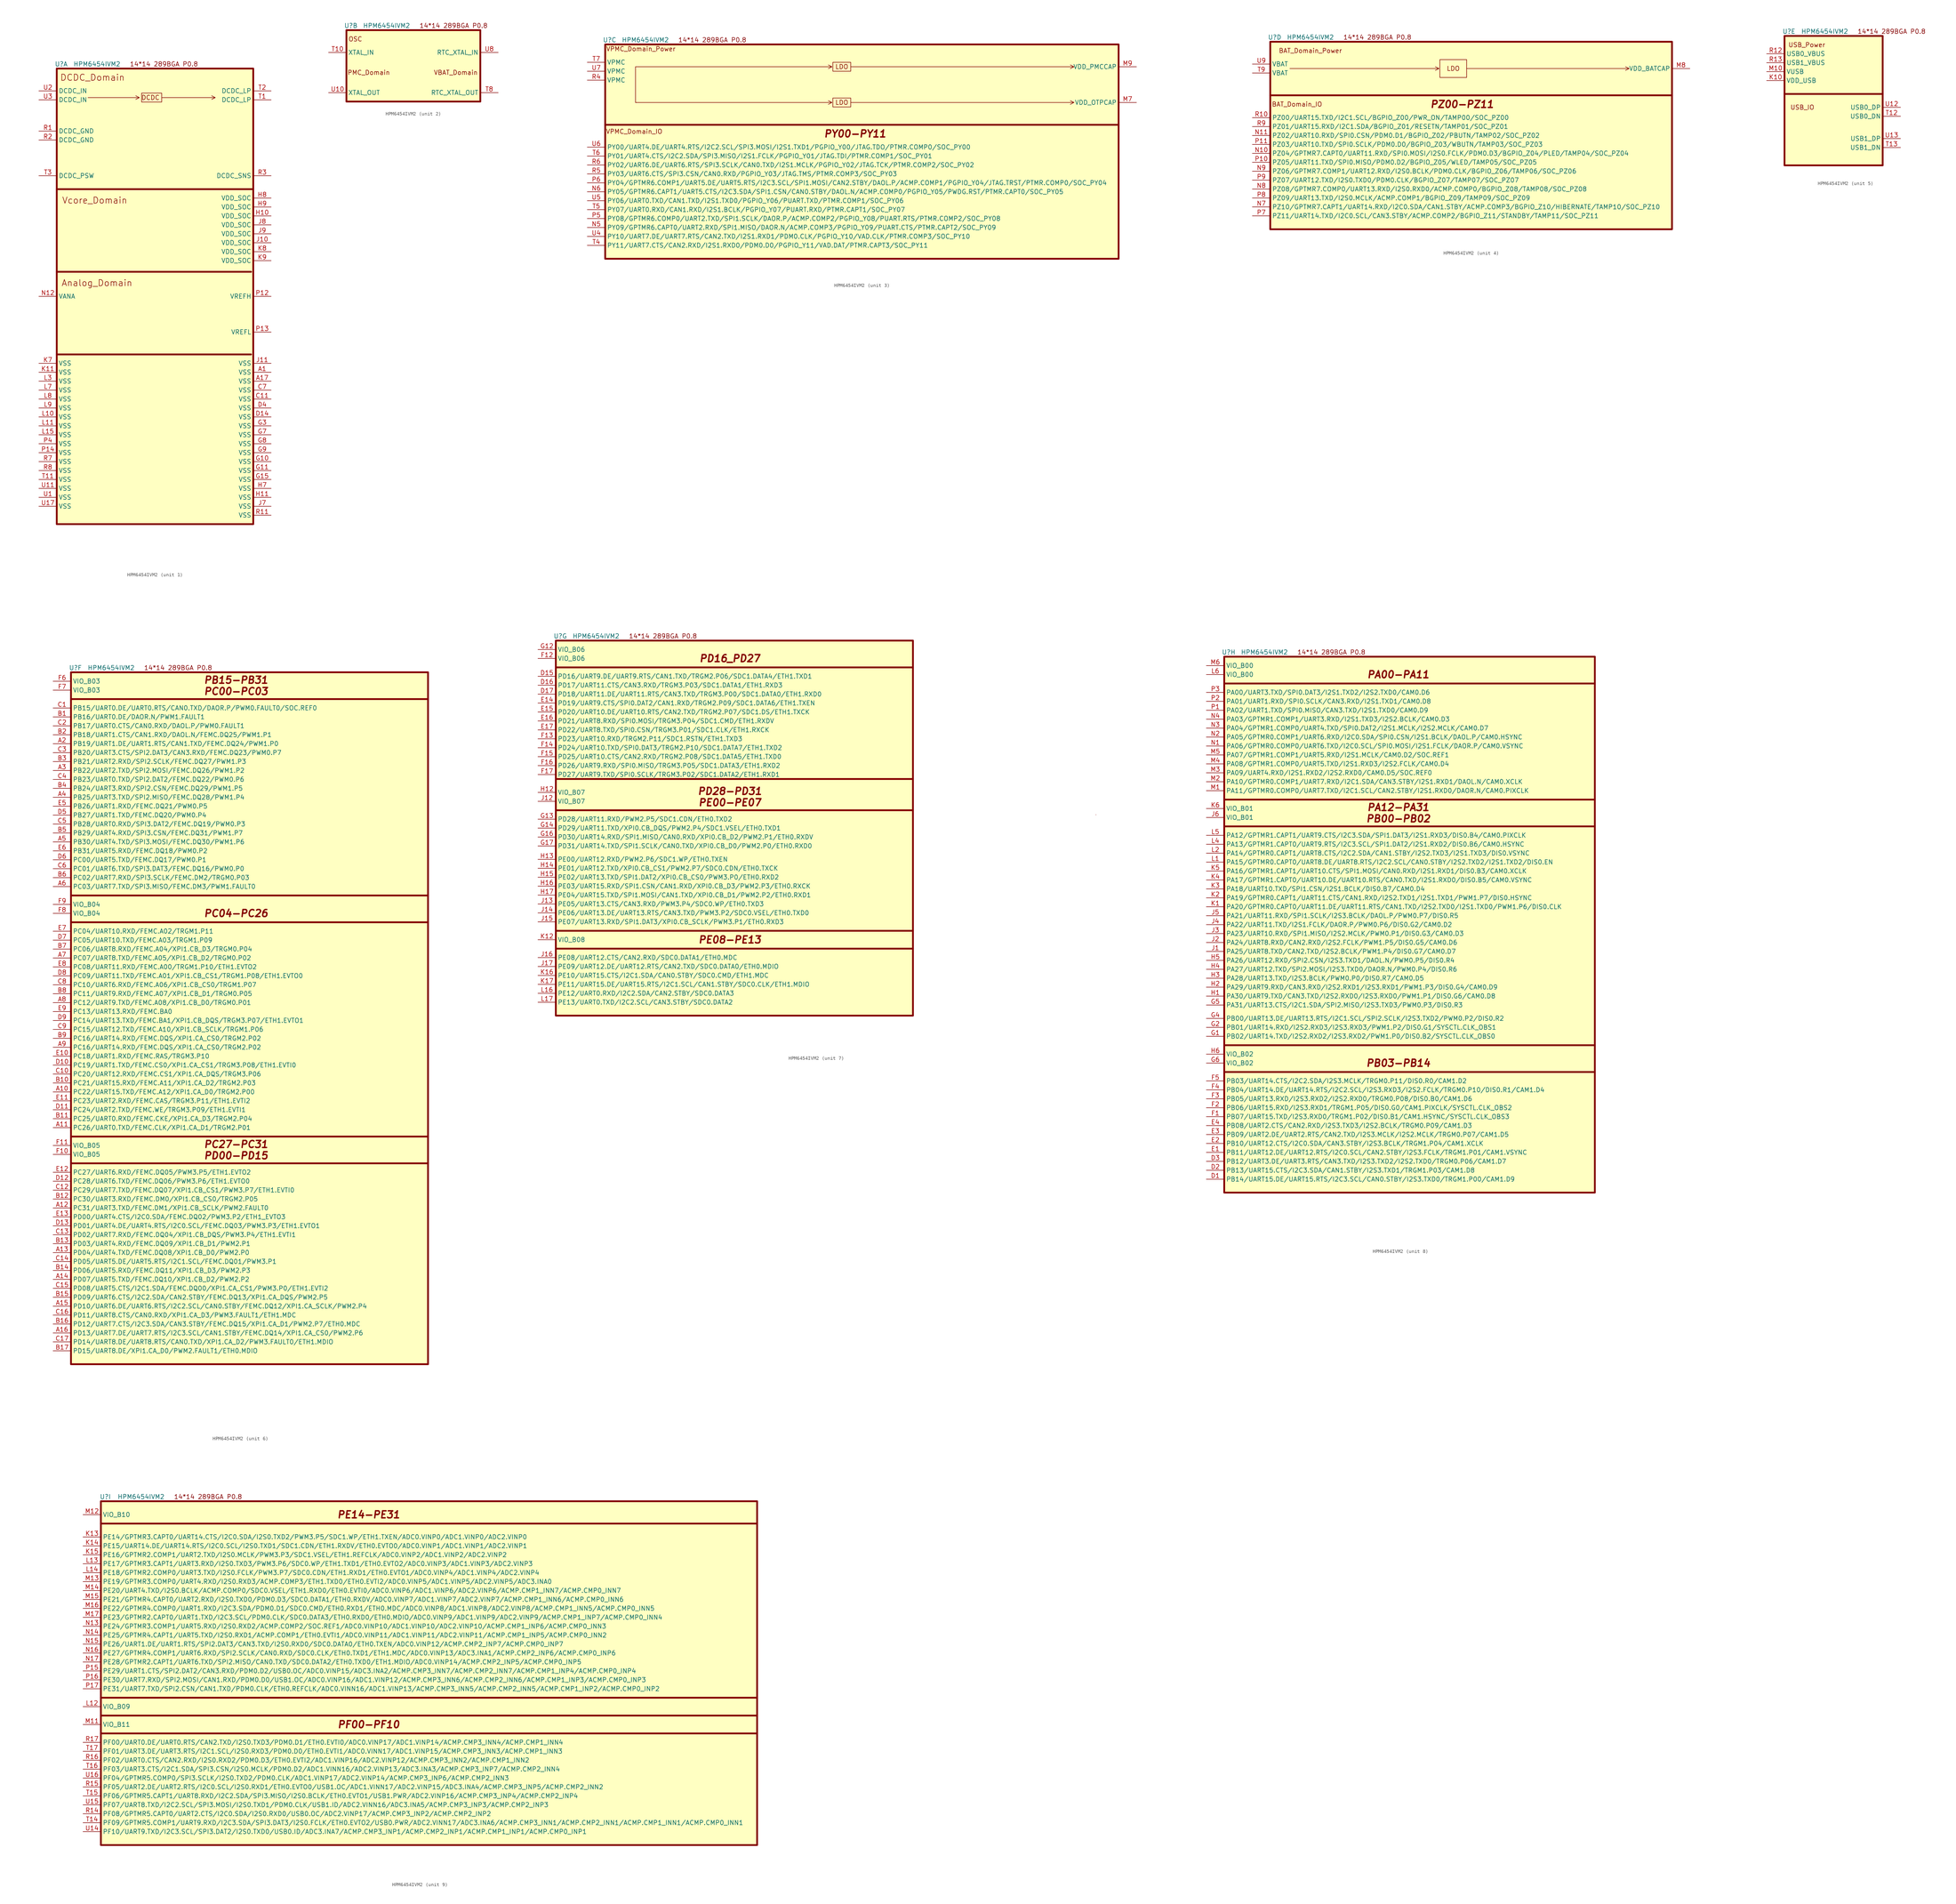
<source format=kicad_sym>
(kicad_symbol_lib
  (version 20220914)
  (generator kicad_symbol_editor)
  (symbol "HPM6454IVM2"
    (property "Reference" "U"
      (at 1.27 1.27 0)
      (effects (font (size 1.27 1.27))))
    (property "Value" "HPM6454IVM2"
      (at 11.43 1.27 0)
      (effects (font (size 1.27 1.27))))
    (property "ki_locked" ""
      (at 0 0 0)
      (effects (font (size 1.27 1.27))))
    (symbol "HPM6454IVM2_0_0"
      (text "14*14 289BGA P0.8" (at 30.48 1.27 0) (effects (font (size 1.27 1.27)))))
    (symbol "HPM6454IVM2_1_0"
      (polyline (pts (xy 8.89 -8.255) (xy 23.495 -8.255) (xy 22.479 -7.747) (xy 23.495 -8.255) (xy 22.479 -8.763)) (stroke (width 0) (type default)) (fill (type none)))
      (polyline (pts (xy 29.845 -8.255) (xy 45.085 -8.255) (xy 44.069 -7.747) (xy 45.085 -8.255) (xy 44.069 -8.763)) (stroke (width 0) (type default)) (fill (type none))))
    (symbol "HPM6454IVM2_1_1"
      (polyline (pts (xy 0 -81.28) (xy 55.245 -81.28)) (stroke (width 0.508) (type default)) (fill (type none)))
      (polyline (pts (xy 0 -57.785) (xy 55.245 -57.785)) (stroke (width 0.508) (type default)) (fill (type none)))
      (polyline (pts (xy 0 -34.29) (xy 55.88 -34.29)) (stroke (width 0.508) (type default)) (fill (type none)))
      (rectangle (start 0 0) (end 55.88 -129.54) (stroke (width 0.508) (type default)) (fill (type background)))
      (rectangle (start 24.13 -6.985) (end 29.845 -9.525) (stroke (width 0) (type default)) (fill (type none)))
      (text "Analog_Domain" (at 11.43 -60.96 0) (effects (font (size 1.778 1.778))))
      (text "DCDC" (at 26.67 -8.255 0) (effects (font (size 1.27 1.27))))
      (text "DCDC_Domain" (at 10.16 -2.54 0) (effects (font (size 1.778 1.778))))
      (text "Vcore_Domain" (at 10.795 -37.465 0) (effects (font (size 1.778 1.778))))
      (pin power_out line (at 60.96 -86.36 180) (length 5.08) (name "VSS" (effects (font (size 1.27 1.27)))) (number "A1" (effects (font (size 1.27 1.27)))))
      (pin power_out line (at 60.96 -88.9 180) (length 5.08) (name "VSS" (effects (font (size 1.27 1.27)))) (number "A17" (effects (font (size 1.27 1.27)))))
      (pin power_out line (at 60.96 -93.98 180) (length 5.08) (name "VSS" (effects (font (size 1.27 1.27)))) (number "C11" (effects (font (size 1.27 1.27)))))
      (pin power_out line (at 60.96 -91.44 180) (length 5.08) (name "VSS" (effects (font (size 1.27 1.27)))) (number "C7" (effects (font (size 1.27 1.27)))))
      (pin power_out line (at 60.96 -99.06 180) (length 5.08) (name "VSS" (effects (font (size 1.27 1.27)))) (number "D14" (effects (font (size 1.27 1.27)))))
      (pin power_out line (at 60.96 -96.52 180) (length 5.08) (name "VSS" (effects (font (size 1.27 1.27)))) (number "D4" (effects (font (size 1.27 1.27)))))
      (pin power_out line (at 60.96 -111.76 180) (length 5.08) (name "VSS" (effects (font (size 1.27 1.27)))) (number "G10" (effects (font (size 1.27 1.27)))))
      (pin power_out line (at 60.96 -114.3 180) (length 5.08) (name "VSS" (effects (font (size 1.27 1.27)))) (number "G11" (effects (font (size 1.27 1.27)))))
      (pin power_out line (at 60.96 -116.84 180) (length 5.08) (name "VSS" (effects (font (size 1.27 1.27)))) (number "G15" (effects (font (size 1.27 1.27)))))
      (pin power_out line (at 60.96 -101.6 180) (length 5.08) (name "VSS" (effects (font (size 1.27 1.27)))) (number "G3" (effects (font (size 1.27 1.27)))))
      (pin power_out line (at 60.96 -104.14 180) (length 5.08) (name "VSS" (effects (font (size 1.27 1.27)))) (number "G7" (effects (font (size 1.27 1.27)))))
      (pin power_out line (at 60.96 -106.68 180) (length 5.08) (name "VSS" (effects (font (size 1.27 1.27)))) (number "G8" (effects (font (size 1.27 1.27)))))
      (pin power_out line (at 60.96 -109.22 180) (length 5.08) (name "VSS" (effects (font (size 1.27 1.27)))) (number "G9" (effects (font (size 1.27 1.27)))))
      (pin power_in line (at 60.96 -41.91 180) (length 5.08) (name "VDD_SOC" (effects (font (size 1.27 1.27)))) (number "H10" (effects (font (size 1.27 1.27)))))
      (pin power_out line (at 60.96 -121.92 180) (length 5.08) (name "VSS" (effects (font (size 1.27 1.27)))) (number "H11" (effects (font (size 1.27 1.27)))))
      (pin power_out line (at 60.96 -119.38 180) (length 5.08) (name "VSS" (effects (font (size 1.27 1.27)))) (number "H7" (effects (font (size 1.27 1.27)))))
      (pin power_in line (at 60.96 -36.83 180) (length 5.08) (name "VDD_SOC" (effects (font (size 1.27 1.27)))) (number "H8" (effects (font (size 1.27 1.27)))))
      (pin power_in line (at 60.96 -39.37 180) (length 5.08) (name "VDD_SOC" (effects (font (size 1.27 1.27)))) (number "H9" (effects (font (size 1.27 1.27)))))
      (pin power_in line (at 60.96 -49.53 180) (length 5.08) (name "VDD_SOC" (effects (font (size 1.27 1.27)))) (number "J10" (effects (font (size 1.27 1.27)))))
      (pin power_out line (at 60.96 -83.82 180) (length 5.08) (name "VSS" (effects (font (size 1.27 1.27)))) (number "J11" (effects (font (size 1.27 1.27)))))
      (pin power_out line (at 60.96 -124.46 180) (length 5.08) (name "VSS" (effects (font (size 1.27 1.27)))) (number "J7" (effects (font (size 1.27 1.27)))))
      (pin power_in line (at 60.96 -44.45 180) (length 5.08) (name "VDD_SOC" (effects (font (size 1.27 1.27)))) (number "J8" (effects (font (size 1.27 1.27)))))
      (pin power_in line (at 60.96 -46.99 180) (length 5.08) (name "VDD_SOC" (effects (font (size 1.27 1.27)))) (number "J9" (effects (font (size 1.27 1.27)))))
      (pin power_out line (at -5.08 -86.36 0) (length 5.08) (name "VSS" (effects (font (size 1.27 1.27)))) (number "K11" (effects (font (size 1.27 1.27)))))
      (pin power_out line (at -5.08 -83.82 0) (length 5.08) (name "VSS" (effects (font (size 1.27 1.27)))) (number "K7" (effects (font (size 1.27 1.27)))))
      (pin power_in line (at 60.96 -52.07 180) (length 5.08) (name "VDD_SOC" (effects (font (size 1.27 1.27)))) (number "K8" (effects (font (size 1.27 1.27)))))
      (pin power_in line (at 60.96 -54.61 180) (length 5.08) (name "VDD_SOC" (effects (font (size 1.27 1.27)))) (number "K9" (effects (font (size 1.27 1.27)))))
      (pin power_out line (at -5.08 -99.06 0) (length 5.08) (name "VSS" (effects (font (size 1.27 1.27)))) (number "L10" (effects (font (size 1.27 1.27)))))
      (pin power_out line (at -5.08 -101.6 0) (length 5.08) (name "VSS" (effects (font (size 1.27 1.27)))) (number "L11" (effects (font (size 1.27 1.27)))))
      (pin power_out line (at -5.08 -104.14 0) (length 5.08) (name "VSS" (effects (font (size 1.27 1.27)))) (number "L15" (effects (font (size 1.27 1.27)))))
      (pin power_out line (at -5.08 -88.9 0) (length 5.08) (name "VSS" (effects (font (size 1.27 1.27)))) (number "L3" (effects (font (size 1.27 1.27)))))
      (pin power_out line (at -5.08 -91.44 0) (length 5.08) (name "VSS" (effects (font (size 1.27 1.27)))) (number "L7" (effects (font (size 1.27 1.27)))))
      (pin power_out line (at -5.08 -93.98 0) (length 5.08) (name "VSS" (effects (font (size 1.27 1.27)))) (number "L8" (effects (font (size 1.27 1.27)))))
      (pin power_out line (at -5.08 -96.52 0) (length 5.08) (name "VSS" (effects (font (size 1.27 1.27)))) (number "L9" (effects (font (size 1.27 1.27)))))
      (pin power_in line (at -5.08 -64.77 0) (length 5.08) (name "VANA" (effects (font (size 1.27 1.27)))) (number "N12" (effects (font (size 1.27 1.27)))))
      (pin power_in line (at 60.96 -64.77 180) (length 5.08) (name "VREFH" (effects (font (size 1.27 1.27)))) (number "P12" (effects (font (size 1.27 1.27)))))
      (pin power_out line (at 60.96 -74.93 180) (length 5.08) (name "VREFL" (effects (font (size 1.27 1.27)))) (number "P13" (effects (font (size 1.27 1.27)))))
      (pin power_out line (at -5.08 -109.22 0) (length 5.08) (name "VSS" (effects (font (size 1.27 1.27)))) (number "P14" (effects (font (size 1.27 1.27)))))
      (pin power_out line (at -5.08 -106.68 0) (length 5.08) (name "VSS" (effects (font (size 1.27 1.27)))) (number "P4" (effects (font (size 1.27 1.27)))))
      (pin power_out line (at -5.08 -17.78 0) (length 5.08) (name "DCDC_GND" (effects (font (size 1.27 1.27)))) (number "R1" (effects (font (size 1.27 1.27)))))
      (pin power_out line (at 60.96 -127 180) (length 5.08) (name "VSS" (effects (font (size 1.27 1.27)))) (number "R11" (effects (font (size 1.27 1.27)))))
      (pin power_out line (at -5.08 -20.32 0) (length 5.08) (name "DCDC_GND" (effects (font (size 1.27 1.27)))) (number "R2" (effects (font (size 1.27 1.27)))))
      (pin power_in line (at 60.96 -30.48 180) (length 5.08) (name "DCDC_SNS" (effects (font (size 1.27 1.27)))) (number "R3" (effects (font (size 1.27 1.27)))))
      (pin power_out line (at -5.08 -111.76 0) (length 5.08) (name "VSS" (effects (font (size 1.27 1.27)))) (number "R7" (effects (font (size 1.27 1.27)))))
      (pin power_out line (at -5.08 -114.3 0) (length 5.08) (name "VSS" (effects (font (size 1.27 1.27)))) (number "R8" (effects (font (size 1.27 1.27)))))
      (pin power_out line (at 60.96 -8.89 180) (length 5.08) (name "DCDC_LP" (effects (font (size 1.27 1.27)))) (number "T1" (effects (font (size 1.27 1.27)))))
      (pin power_out line (at -5.08 -116.84 0) (length 5.08) (name "VSS" (effects (font (size 1.27 1.27)))) (number "T11" (effects (font (size 1.27 1.27)))))
      (pin power_out line (at 60.96 -6.35 180) (length 5.08) (name "DCDC_LP" (effects (font (size 1.27 1.27)))) (number "T2" (effects (font (size 1.27 1.27)))))
      (pin power_in line (at -5.08 -30.48 0) (length 5.08) (name "DCDC_PSW" (effects (font (size 1.27 1.27)))) (number "T3" (effects (font (size 1.27 1.27)))))
      (pin power_out line (at -5.08 -121.92 0) (length 5.08) (name "VSS" (effects (font (size 1.27 1.27)))) (number "U1" (effects (font (size 1.27 1.27)))))
      (pin power_out line (at -5.08 -119.38 0) (length 5.08) (name "VSS" (effects (font (size 1.27 1.27)))) (number "U11" (effects (font (size 1.27 1.27)))))
      (pin power_out line (at -5.08 -124.46 0) (length 5.08) (name "VSS" (effects (font (size 1.27 1.27)))) (number "U17" (effects (font (size 1.27 1.27)))))
      (pin power_in line (at -5.08 -6.35 0) (length 5.08) (name "DCDC_IN" (effects (font (size 1.27 1.27)))) (number "U2" (effects (font (size 1.27 1.27)))))
      (pin power_in line (at -5.08 -8.89 0) (length 5.08) (name "DCDC_IN" (effects (font (size 1.27 1.27)))) (number "U3" (effects (font (size 1.27 1.27))))))
    (symbol "HPM6454IVM2_2_1"
      (rectangle (start 0 0) (end 38.1 -20.32) (stroke (width 0.508) (type default)) (fill (type background)))
      (text "OSC" (at 2.54 -2.54 0) (effects (font (size 1.27 1.27))))
      (text "PMC_Domain" (at 6.35 -12.065 0) (effects (font (size 1.27 1.27))))
      (text "VBAT_Domain" (at 31.115 -12.065 0) (effects (font (size 1.27 1.27))))
      (pin input line (at -5.08 -6.35 0) (length 5.08) (name "XTAL_IN" (effects (font (size 1.27 1.27)))) (number "T10" (effects (font (size 1.27 1.27)))))
      (pin output line (at 43.18 -17.78 180) (length 5.08) (name "RTC_XTAL_OUT" (effects (font (size 1.27 1.27)))) (number "T8" (effects (font (size 1.27 1.27)))))
      (pin output line (at -5.08 -17.78 0) (length 5.08) (name "XTAL_OUT" (effects (font (size 1.27 1.27)))) (number "U10" (effects (font (size 1.27 1.27)))))
      (pin input line (at 43.18 -6.35 180) (length 5.08) (name "RTC_XTAL_IN" (effects (font (size 1.27 1.27)))) (number "U8" (effects (font (size 1.27 1.27))))))
    (symbol "HPM6454IVM2_3_0"
      (polyline (pts (xy 8.636 -6.35) (xy 8.636 -16.51) (xy 8.89 -16.51)) (stroke (width 0) (type default)) (fill (type none)))
      (polyline (pts (xy 8.636 -16.51) (xy 64.516 -16.51) (xy 63.5 -16.002) (xy 64.516 -16.51) (xy 63.5 -17.018)) (stroke (width 0) (type default)) (fill (type none)))
      (polyline (pts (xy 8.636 -6.35) (xy 64.516 -6.35) (xy 63.5 -5.842) (xy 64.516 -6.35) (xy 63.5 -6.858)) (stroke (width 0) (type default)) (fill (type none)))
      (polyline (pts (xy 69.85 -16.51) (xy 133.35 -16.51) (xy 132.334 -16.002) (xy 133.35 -16.51) (xy 132.334 -17.018)) (stroke (width 0) (type default)) (fill (type none)))
      (polyline (pts (xy 69.85 -6.35) (xy 133.35 -6.35) (xy 132.334 -5.842) (xy 133.35 -6.35) (xy 132.334 -6.858)) (stroke (width 0) (type default)) (fill (type none))))
    (symbol "HPM6454IVM2_3_1"
      (polyline (pts (xy 0 -22.86) (xy 146.05 -22.86)) (stroke (width 0.508) (type default)) (fill (type none)))
      (rectangle (start 0 0) (end 146.05 -60.96) (stroke (width 0.508) (type default)) (fill (type background)))
      (rectangle (start 64.77 -15.24) (end 69.85 -17.78) (stroke (width 0) (type default)) (fill (type none)))
      (rectangle (start 64.77 -5.08) (end 69.85 -7.62) (stroke (width 0) (type default)) (fill (type none)))
      (text "LDO" (at 67.31 -16.51 0) (effects (font (size 1.27 1.27))))
      (text "LDO" (at 67.31 -6.35 0) (effects (font (size 1.27 1.27))))
      (text "PY00-PY11" (at 71.12 -25.4 0) (effects (font (face "KiCad Font") (size 2 2) bold italic)))
      (text "VPMC_Domain_IO" (at 8.255 -24.765 0) (effects (font (size 1.27 1.27))))
      (text "VPMC_Domain_Power" (at 10.16 -1.27 0) (effects (font (size 1.27 1.27))))
      (pin power_out line (at 151.13 -16.51 180) (length 5.08) (name "VDD_OTPCAP" (effects (font (size 1.27 1.27)))) (number "M7" (effects (font (size 1.27 1.27)))))
      (pin power_out line (at 151.13 -6.35 180) (length 5.08) (name "VDD_PMCCAP" (effects (font (size 1.27 1.27)))) (number "M9" (effects (font (size 1.27 1.27)))))
      (pin bidirectional line (at -5.08 -52.07 0) (length 5.08) (name "PY09/GPTMR6.CAPT0/UART2.RXD/SPI1.MISO/DAOR.N/ACMP.COMP3/PGPIO_Y09/PUART.CTS/PTMR.CAPT2/SOC_PY09" (effects (font (size 1.27 1.27)))) (number "N5" (effects (font (size 1.27 1.27)))))
      (pin bidirectional line (at -5.08 -41.91 0) (length 5.08) (name "PY05/GPTMR6.CAPT1/UART5.CTS/I2C3.SDA/SPI1.CSN/CAN0.STBY/DAOL.N/ACMP.COMP0/PGPIO_Y05/PWDG.RST/PTMR.CAPT0/SOC_PY05" (effects (font (size 1.27 1.27)))) (number "N6" (effects (font (size 1.27 1.27)))))
      (pin bidirectional line (at -5.08 -49.53 0) (length 5.08) (name "PY08/GPTMR6.COMP0/UART2.TXD/SPI1.SCLK/DAOR.P/ACMP.COMP2/PGPIO_Y08/PUART.RTS/PTMR.COMP2/SOC_PY08" (effects (font (size 1.27 1.27)))) (number "P5" (effects (font (size 1.27 1.27)))))
      (pin bidirectional line (at -5.08 -39.37 0) (length 5.08) (name "PY04/GPTMR6.COMP1/UART5.DE/UART5.RTS/I2C3.SCL/SPI1.MOSI/CAN2.STBY/DAOL.P/ACMP.COMP1/PGPIO_Y04/JTAG.TRST/PTMR.COMP0/SOC_PY04" (effects (font (size 1.27 1.27)))) (number "P6" (effects (font (size 1.27 1.27)))))
      (pin power_in line (at -5.08 -10.16 0) (length 5.08) (name "VPMC" (effects (font (size 1.27 1.27)))) (number "R4" (effects (font (size 1.27 1.27)))))
      (pin bidirectional line (at -5.08 -36.83 0) (length 5.08) (name "PY03/UART6.CTS/SPI3.CSN/CAN0.RXD/PGPIO_Y03/JTAG.TMS/PTMR.COMP3/SOC_PY03" (effects (font (size 1.27 1.27)))) (number "R5" (effects (font (size 1.27 1.27)))))
      (pin bidirectional line (at -5.08 -34.29 0) (length 5.08) (name "PY02/UART6.DE/UART6.RTS/SPI3.SCLK/CAN0.TXD/I2S1.MCLK/PGPIO_Y02/JTAG.TCK/PTMR.COMP2/SOC_PY02" (effects (font (size 1.27 1.27)))) (number "R6" (effects (font (size 1.27 1.27)))))
      (pin bidirectional line (at -5.08 -57.15 0) (length 5.08) (name "PY11/UART7.CTS/CAN2.RXD/I2S1.RXD0/PDM0.D0/PGPIO_Y11/VAD.DAT/PTMR.CAPT3/SOC_PY11" (effects (font (size 1.27 1.27)))) (number "T4" (effects (font (size 1.27 1.27)))))
      (pin bidirectional line (at -5.08 -46.99 0) (length 5.08) (name "PY07/UART0.RXD/CAN1.RXD/I2S1.BCLK/PGPIO_Y07/PUART.RXD/PTMR.CAPT1/SOC_PY07" (effects (font (size 1.27 1.27)))) (number "T5" (effects (font (size 1.27 1.27)))))
      (pin bidirectional line (at -5.08 -31.75 0) (length 5.08) (name "PY01/UART4.CTS/I2C2.SDA/SPI3.MISO/I2S1.FCLK/PGPIO_Y01/JTAG.TDI/PTMR.COMP1/SOC_PY01" (effects (font (size 1.27 1.27)))) (number "T6" (effects (font (size 1.27 1.27)))))
      (pin power_in line (at -5.08 -5.08 0) (length 5.08) (name "VPMC" (effects (font (size 1.27 1.27)))) (number "T7" (effects (font (size 1.27 1.27)))))
      (pin bidirectional line (at -5.08 -54.61 0) (length 5.08) (name "PY10/UART7.DE/UART7.RTS/CAN2.TXD/I2S1.RXD1/PDM0.CLK/PGPIO_Y10/VAD.CLK/PTMR.COMP3/SOC_PY10" (effects (font (size 1.27 1.27)))) (number "U4" (effects (font (size 1.27 1.27)))))
      (pin bidirectional line (at -5.08 -44.45 0) (length 5.08) (name "PY06/UART0.TXD/CAN1.TXD/I2S1.TXD0/PGPIO_Y06/PUART.TXD/PTMR.COMP1/SOC_PY06" (effects (font (size 1.27 1.27)))) (number "U5" (effects (font (size 1.27 1.27)))))
      (pin bidirectional line (at -5.08 -29.21 0) (length 5.08) (name "PY00/UART4.DE/UART4.RTS/I2C2.SCL/SPI3.MOSI/I2S1.TXD1/PGPIO_Y00/JTAG.TDO/PTMR.COMP0/SOC_PY00" (effects (font (size 1.27 1.27)))) (number "U6" (effects (font (size 1.27 1.27)))))
      (pin power_in line (at -5.08 -7.62 0) (length 5.08) (name "VPMC" (effects (font (size 1.27 1.27)))) (number "U7" (effects (font (size 1.27 1.27))))))
    (symbol "HPM6454IVM2_4_0"
      (polyline (pts (xy 0 -15.24) (xy 114.3 -15.24)) (stroke (width 0.508) (type default)) (fill (type none)))
      (polyline (pts (xy 5.588 -7.62) (xy 48.006 -7.62) (xy 46.99 -7.112) (xy 48.006 -7.62) (xy 46.99 -8.128)) (stroke (width 0) (type default)) (fill (type none)))
      (polyline (pts (xy 55.88 -7.62) (xy 102.108 -7.62) (xy 101.092 -7.112) (xy 102.108 -7.62) (xy 101.092 -8.128)) (stroke (width 0) (type default)) (fill (type none)))
      (rectangle (start 48.26 -5.08) (end 55.88 -10.16) (stroke (width 0) (type default)) (fill (type none))))
    (symbol "HPM6454IVM2_4_1"
      (rectangle (start 0 0) (end 114.3 -53.34) (stroke (width 0.508) (type default)) (fill (type background)))
      (text "BAT_Domain_IO" (at 7.62 -17.78 0) (effects (font (size 1.27 1.27))))
      (text "BAT_Domain_Power" (at 11.43 -2.54 0) (effects (font (size 1.27 1.27))))
      (text "LDO" (at 52.07 -7.62 0) (effects (font (size 1.27 1.27))))
      (text "PZ00-PZ11" (at 54.61 -17.78 0) (effects (font (face "KiCad Font") (size 2 2) bold italic)))
      (pin power_out line (at 119.38 -7.62 180) (length 5.08) (name "VDD_BATCAP" (effects (font (size 1.27 1.27)))) (number "M8" (effects (font (size 1.27 1.27)))))
      (pin bidirectional line (at -5.08 -31.75 0) (length 5.08) (name "PZ04/GPTMR7.CAPT0/UART11.RXD/SPI0.MOSI/I2S0.FCLK/PDM0.D3/BGPIO_Z04/PLED/TAMP04/SOC_PZ04" (effects (font (size 1.27 1.27)))) (number "N10" (effects (font (size 1.27 1.27)))))
      (pin bidirectional line (at -5.08 -26.67 0) (length 5.08) (name "PZ02/UART10.RXD/SPI0.CSN/PDM0.D1/BGPIO_Z02/PBUTN/TAMP02/SOC_PZ02" (effects (font (size 1.27 1.27)))) (number "N11" (effects (font (size 1.27 1.27)))))
      (pin bidirectional line (at -5.08 -46.99 0) (length 5.08) (name "PZ10/GPTMR7.CAPT1/UART14.RXD/I2C0.SDA/CAN1.STBY/ACMP.COMP3/BGPIO_Z10/HIBERNATE/TAMP10/SOC_PZ10" (effects (font (size 1.27 1.27)))) (number "N7" (effects (font (size 1.27 1.27)))))
      (pin bidirectional line (at -5.08 -41.91 0) (length 5.08) (name "PZ08/GPTMR7.COMP0/UART13.RXD/I2S0.RXD0/ACMP.COMP0/BGPIO_Z08/TAMP08/SOC_PZ08" (effects (font (size 1.27 1.27)))) (number "N8" (effects (font (size 1.27 1.27)))))
      (pin bidirectional line (at -5.08 -36.83 0) (length 5.08) (name "PZ06/GPTMR7.COMP1/UART12.RXD/I2S0.BCLK/PDM0.CLK/BGPIO_Z06/TAMP06/SOC_PZ06" (effects (font (size 1.27 1.27)))) (number "N9" (effects (font (size 1.27 1.27)))))
      (pin bidirectional line (at -5.08 -34.29 0) (length 5.08) (name "PZ05/UART11.TXD/SPI0.MISO/PDM0.D2/BGPIO_Z05/WLED/TAMP05/SOC_PZ05" (effects (font (size 1.27 1.27)))) (number "P10" (effects (font (size 1.27 1.27)))))
      (pin bidirectional line (at -5.08 -29.21 0) (length 5.08) (name "PZ03/UART10.TXD/SPI0.SCLK/PDM0.D0/BGPIO_Z03/WBUTN/TAMP03/SOC_PZ03" (effects (font (size 1.27 1.27)))) (number "P11" (effects (font (size 1.27 1.27)))))
      (pin bidirectional line (at -5.08 -49.53 0) (length 5.08) (name "PZ11/UART14.TXD/I2C0.SCL/CAN3.STBY/ACMP.COMP2/BGPIO_Z11/STANDBY/TAMP11/SOC_PZ11" (effects (font (size 1.27 1.27)))) (number "P7" (effects (font (size 1.27 1.27)))))
      (pin bidirectional line (at -5.08 -44.45 0) (length 5.08) (name "PZ09/UART13.TXD/I2S0.MCLK/ACMP.COMP1/BGPIO_Z09/TAMP09/SOC_PZ09" (effects (font (size 1.27 1.27)))) (number "P8" (effects (font (size 1.27 1.27)))))
      (pin bidirectional line (at -5.08 -39.37 0) (length 5.08) (name "PZ07/UART12.TXD/I2S0.TXD0/PDM0.CLK/BGPIO_Z07/TAMP07/SOC_PZ07" (effects (font (size 1.27 1.27)))) (number "P9" (effects (font (size 1.27 1.27)))))
      (pin bidirectional line (at -5.08 -21.59 0) (length 5.08) (name "PZ00/UART15.TXD/I2C1.SCL/BGPIO_Z00/PWR_ON/TAMP00/SOC_PZ00" (effects (font (size 1.27 1.27)))) (number "R10" (effects (font (size 1.27 1.27)))))
      (pin bidirectional line (at -5.08 -24.13 0) (length 5.08) (name "PZ01/UART15.RXD/I2C1.SDA/BGPIO_Z01/RESETN/TAMP01/SOC_PZ01" (effects (font (size 1.27 1.27)))) (number "R9" (effects (font (size 1.27 1.27)))))
      (pin power_in line (at -5.08 -8.89 0) (length 5.08) (name "VBAT" (effects (font (size 1.27 1.27)))) (number "T9" (effects (font (size 1.27 1.27)))))
      (pin power_in line (at -5.08 -6.35 0) (length 5.08) (name "VBAT" (effects (font (size 1.27 1.27)))) (number "U9" (effects (font (size 1.27 1.27))))))
    (symbol "HPM6454IVM2_5_1"
      (polyline (pts (xy 0 -16.51) (xy 27.94 -16.51)) (stroke (width 0.508) (type default)) (fill (type none)))
      (polyline (pts (xy 25.4 -16.51) (xy 26.67 -16.51)) (stroke (width 0) (type default)) (fill (type none)))
      (rectangle (start 0 0) (end 27.94 -36.83) (stroke (width 0.508) (type default)) (fill (type background)))
      (text "USB_IO" (at 5.08 -20.32 0) (effects (font (size 1.27 1.27))))
      (text "USB_Power" (at 6.35 -2.54 0) (effects (font (size 1.27 1.27))))
      (pin power_out line (at -5.08 -12.7 0) (length 5.08) (name "VDD_USB" (effects (font (size 1.27 1.27)))) (number "K10" (effects (font (size 1.27 1.27)))))
      (pin power_in line (at -5.08 -10.16 0) (length 5.08) (name "VUSB" (effects (font (size 1.27 1.27)))) (number "M10" (effects (font (size 1.27 1.27)))))
      (pin power_in line (at -5.08 -5.08 0) (length 5.08) (name "USB0_VBUS" (effects (font (size 1.27 1.27)))) (number "R12" (effects (font (size 1.27 1.27)))))
      (pin power_in line (at -5.08 -7.62 0) (length 5.08) (name "USB1_VBUS" (effects (font (size 1.27 1.27)))) (number "R13" (effects (font (size 1.27 1.27)))))
      (pin bidirectional line (at 33.02 -22.86 180) (length 5.08) (name "USB0_DN" (effects (font (size 1.27 1.27)))) (number "T12" (effects (font (size 1.27 1.27)))))
      (pin bidirectional line (at 33.02 -31.75 180) (length 5.08) (name "USB1_DN" (effects (font (size 1.27 1.27)))) (number "T13" (effects (font (size 1.27 1.27)))))
      (pin bidirectional line (at 33.02 -20.32 180) (length 5.08) (name "USB0_DP" (effects (font (size 1.27 1.27)))) (number "U12" (effects (font (size 1.27 1.27)))))
      (pin bidirectional line (at 33.02 -29.21 180) (length 5.08) (name "USB1_DP" (effects (font (size 1.27 1.27)))) (number "U13" (effects (font (size 1.27 1.27))))))
    (symbol "HPM6454IVM2_6_1"
      (polyline (pts (xy 0 -139.7) (xy 101.6 -139.7)) (stroke (width 0.508) (type default)) (fill (type background)))
      (polyline (pts (xy 0 -132.08) (xy 101.6 -132.08)) (stroke (width 0.508) (type default)) (fill (type background)))
      (polyline (pts (xy 0 -71.12) (xy 101.6 -71.12)) (stroke (width 0.508) (type default)) (fill (type background)))
      (polyline (pts (xy 0 -63.5) (xy 101.6 -63.5)) (stroke (width 0.508) (type default)) (fill (type background)))
      (polyline (pts (xy 0 -7.62) (xy 101.6 -7.62)) (stroke (width 0.508) (type default)) (fill (type background)))
      (rectangle (start 0 0) (end 101.6 -196.85) (stroke (width 0.508) (type default)) (fill (type background)))
      (text "PB15-PB31\nPC00-PC03" (at 46.99 -3.81 0) (effects (font (face "KiCad Font") (size 2 2) bold italic)))
      (text "PC04-PC26" (at 46.99 -68.58 0) (effects (font (face "KiCad Font") (size 2 2) bold italic)))
      (text "PC27-PC31\nPD00-PD15" (at 46.99 -135.89 0) (effects (font (face "KiCad Font") (size 2 2) bold italic)))
      (pin bidirectional line (at -5.08 -119.38 0) (length 5.08) (name "PC22/UART15.TXD/FEMC.A12/XPI1.CA_D0/TRGM2.P00" (effects (font (size 1.27 1.27)))) (number "A10" (effects (font (size 1.27 1.27)))))
      (pin bidirectional line (at -5.08 -129.54 0) (length 5.08) (name "PC26/UART0.TXD/FEMC.CLK/XPI1.CA_D1/TRGM2.P01" (effects (font (size 1.27 1.27)))) (number "A11" (effects (font (size 1.27 1.27)))))
      (pin bidirectional line (at -5.08 -152.4 0) (length 5.08) (name "PC31/UART3.TXD/FEMC.DM1/XPI1.CB_SCLK/PWM2.FAULT0" (effects (font (size 1.27 1.27)))) (number "A12" (effects (font (size 1.27 1.27)))))
      (pin bidirectional line (at -5.08 -165.1 0) (length 5.08) (name "PD04/UART4.TXD/FEMC.DQ08/XPI1.CB_D0/PWM2.P0" (effects (font (size 1.27 1.27)))) (number "A13" (effects (font (size 1.27 1.27)))))
      (pin bidirectional line (at -5.08 -172.72 0) (length 5.08) (name "PD07/UART5.TXD/FEMC.DQ10/XPI1.CB_D2/PWM2.P2" (effects (font (size 1.27 1.27)))) (number "A14" (effects (font (size 1.27 1.27)))))
      (pin bidirectional line (at -5.08 -180.34 0) (length 5.08) (name "PD10/UART6.DE/UART6.RTS/I2C2.SCL/CAN0.STBY/FEMC.DQ12/XPI1.CA_SCLK/PWM2.P4" (effects (font (size 1.27 1.27)))) (number "A15" (effects (font (size 1.27 1.27)))))
      (pin bidirectional line (at -5.08 -187.96 0) (length 5.08) (name "PD13/UART7.DE/UART7.RTS/I2C3.SCL/CAN1.STBY/FEMC.DQ14/XPI1.CA_CS0/PWM2.P6" (effects (font (size 1.27 1.27)))) (number "A16" (effects (font (size 1.27 1.27)))))
      (pin bidirectional line (at -5.08 -20.32 0) (length 5.08) (name "PB19/UART1.DE/UART1.RTS/CAN1.TXD/FEMC.DQ24/PWM1.P0" (effects (font (size 1.27 1.27)))) (number "A2" (effects (font (size 1.27 1.27)))))
      (pin bidirectional line (at -5.08 -27.94 0) (length 5.08) (name "PB22/UART2.TXD/SPI2.MOSI/FEMC.DQ26/PWM1.P2" (effects (font (size 1.27 1.27)))) (number "A3" (effects (font (size 1.27 1.27)))))
      (pin bidirectional line (at -5.08 -35.56 0) (length 5.08) (name "PB25/UART3.TXD/SPI2.MISO/FEMC.DQ28/PWM1.P4" (effects (font (size 1.27 1.27)))) (number "A4" (effects (font (size 1.27 1.27)))))
      (pin bidirectional line (at -5.08 -48.26 0) (length 5.08) (name "PB30/UART4.TXD/SPI3.MOSI/FEMC.DQ30/PWM1.P6" (effects (font (size 1.27 1.27)))) (number "A5" (effects (font (size 1.27 1.27)))))
      (pin bidirectional line (at -5.08 -60.96 0) (length 5.08) (name "PC03/UART7.TXD/SPI3.MISO/FEMC.DM3/PWM1.FAULT0" (effects (font (size 1.27 1.27)))) (number "A6" (effects (font (size 1.27 1.27)))))
      (pin bidirectional line (at -5.08 -81.28 0) (length 5.08) (name "PC07/UART8.TXD/FEMC.A05/XPI1.CB_D2/TRGM0.P02" (effects (font (size 1.27 1.27)))) (number "A7" (effects (font (size 1.27 1.27)))))
      (pin bidirectional line (at -5.08 -93.98 0) (length 5.08) (name "PC12/UART9.TXD/FEMC.A08/XPI1.CB_D0/TRGM0.P01" (effects (font (size 1.27 1.27)))) (number "A8" (effects (font (size 1.27 1.27)))))
      (pin bidirectional line (at -5.08 -106.68 0) (length 5.08) (name "PC16/UART14.RXD/FEMC.DQS/XPI1.CA_CS0/TRGM2.P02" (effects (font (size 1.27 1.27)))) (number "A9" (effects (font (size 1.27 1.27)))))
      (pin bidirectional line (at -5.08 -12.7 0) (length 5.08) (name "PB16/UART0.DE/DAOR.N/PWM1.FAULT1" (effects (font (size 1.27 1.27)))) (number "B1" (effects (font (size 1.27 1.27)))))
      (pin bidirectional line (at -5.08 -116.84 0) (length 5.08) (name "PC21/UART15.RXD/FEMC.A11/XPI1.CA_D2/TRGM2.P03" (effects (font (size 1.27 1.27)))) (number "B10" (effects (font (size 1.27 1.27)))))
      (pin bidirectional line (at -5.08 -127 0) (length 5.08) (name "PC25/UART0.RXD/FEMC.CKE/XPI1.CA_D3/TRGM2.P04" (effects (font (size 1.27 1.27)))) (number "B11" (effects (font (size 1.27 1.27)))))
      (pin bidirectional line (at -5.08 -149.86 0) (length 5.08) (name "PC30/UART3.RXD/FEMC.DM0/XPI1.CB_CS0/TRGM2.P05" (effects (font (size 1.27 1.27)))) (number "B12" (effects (font (size 1.27 1.27)))))
      (pin bidirectional line (at -5.08 -162.56 0) (length 5.08) (name "PD03/UART4.RXD/FEMC.DQ09/XPI1.CB_D1/PWM2.P1" (effects (font (size 1.27 1.27)))) (number "B13" (effects (font (size 1.27 1.27)))))
      (pin bidirectional line (at -5.08 -170.18 0) (length 5.08) (name "PD06/UART5.RXD/FEMC.DQ11/XPI1.CB_D3/PWM2.P3" (effects (font (size 1.27 1.27)))) (number "B14" (effects (font (size 1.27 1.27)))))
      (pin bidirectional line (at -5.08 -177.8 0) (length 5.08) (name "PD09/UART6.CTS/I2C2.SDA/CAN2.STBY/FEMC.DQ13/XPI1.CA_DQS/PWM2.P5" (effects (font (size 1.27 1.27)))) (number "B15" (effects (font (size 1.27 1.27)))))
      (pin bidirectional line (at -5.08 -185.42 0) (length 5.08) (name "PD12/UART7.CTS/I2C3.SDA/CAN3.STBY/FEMC.DQ15/XPI1.CA_D1/PWM2.P7/ETH0.MDC" (effects (font (size 1.27 1.27)))) (number "B16" (effects (font (size 1.27 1.27)))))
      (pin bidirectional line (at -5.08 -193.04 0) (length 5.08) (name "PD15/UART8.DE/XPI1.CA_D0/PWM2.FAULT1/ETH0.MDIO" (effects (font (size 1.27 1.27)))) (number "B17" (effects (font (size 1.27 1.27)))))
      (pin bidirectional line (at -5.08 -17.78 0) (length 5.08) (name "PB18/UART1.CTS/CAN1.RXD/DAOL.N/FEMC.DQ25/PWM1.P1" (effects (font (size 1.27 1.27)))) (number "B2" (effects (font (size 1.27 1.27)))))
      (pin bidirectional line (at -5.08 -25.4 0) (length 5.08) (name "PB21/UART2.RXD/SPI2.SCLK/FEMC.DQ27/PWM1.P3" (effects (font (size 1.27 1.27)))) (number "B3" (effects (font (size 1.27 1.27)))))
      (pin bidirectional line (at -5.08 -33.02 0) (length 5.08) (name "PB24/UART3.RXD/SPI2.CSN/FEMC.DQ29/PWM1.P5" (effects (font (size 1.27 1.27)))) (number "B4" (effects (font (size 1.27 1.27)))))
      (pin bidirectional line (at -5.08 -45.72 0) (length 5.08) (name "PB29/UART4.RXD/SPI3.CSN/FEMC.DQ31/PWM1.P7" (effects (font (size 1.27 1.27)))) (number "B5" (effects (font (size 1.27 1.27)))))
      (pin bidirectional line (at -5.08 -58.42 0) (length 5.08) (name "PC02/UART7.RXD/SPI3.SCLK/FEMC.DM2/TRGM0.P03" (effects (font (size 1.27 1.27)))) (number "B6" (effects (font (size 1.27 1.27)))))
      (pin bidirectional line (at -5.08 -78.74 0) (length 5.08) (name "PC06/UART8.RXD/FEMC.A04/XPI1.CB_D3/TRGM0.P04" (effects (font (size 1.27 1.27)))) (number "B7" (effects (font (size 1.27 1.27)))))
      (pin bidirectional line (at -5.08 -91.44 0) (length 5.08) (name "PC11/UART9.RXD/FEMC.A07/XPI1.CB_D1/TRGM0.P05" (effects (font (size 1.27 1.27)))) (number "B8" (effects (font (size 1.27 1.27)))))
      (pin bidirectional line (at -5.08 -104.14 0) (length 5.08) (name "PC16/UART14.RXD/FEMC.DQS/XPI1.CA_CS0/TRGM2.P02" (effects (font (size 1.27 1.27)))) (number "B9" (effects (font (size 1.27 1.27)))))
      (pin bidirectional line (at -5.08 -10.16 0) (length 5.08) (name "PB15/UART0.DE/UART0.RTS/CAN0.TXD/DAOR.P/PWM0.FAULT0/SOC.REF0" (effects (font (size 1.27 1.27)))) (number "C1" (effects (font (size 1.27 1.27)))))
      (pin bidirectional line (at -5.08 -114.3 0) (length 5.08) (name "PC20/UART12.RXD/FEMC.CS1/XPI1.CA_DQS/TRGM3.P06" (effects (font (size 1.27 1.27)))) (number "C10" (effects (font (size 1.27 1.27)))))
      (pin bidirectional line (at -5.08 -147.32 0) (length 5.08) (name "PC29/UART7.TXD/FEMC.DQ07/XPI1.CB_CS1/PWM3.P7/ETH1.EVTI0" (effects (font (size 1.27 1.27)))) (number "C12" (effects (font (size 1.27 1.27)))))
      (pin bidirectional line (at -5.08 -160.02 0) (length 5.08) (name "PD02/UART7.RXD/FEMC.DQ04/XPI1.CB_DQS/PWM3.P4/ETH1.EVTI1" (effects (font (size 1.27 1.27)))) (number "C13" (effects (font (size 1.27 1.27)))))
      (pin bidirectional line (at -5.08 -167.64 0) (length 5.08) (name "PD05/UART5.DE/UART5.RTS/I2C1.SCL/FEMC.DQ01/PWM3.P1" (effects (font (size 1.27 1.27)))) (number "C14" (effects (font (size 1.27 1.27)))))
      (pin bidirectional line (at -5.08 -175.26 0) (length 5.08) (name "PD08/UART5.CTS/I2C1.SDA/FEMC.DQ00/XPI1.CA_CS1/PWM3.P0/ETH1.EVTI2" (effects (font (size 1.27 1.27)))) (number "C15" (effects (font (size 1.27 1.27)))))
      (pin bidirectional line (at -5.08 -182.88 0) (length 5.08) (name "PD11/UART8.CTS/CAN0.RXD/XPI1.CA_D3/PWM3.FAULT1/ETH1.MDC" (effects (font (size 1.27 1.27)))) (number "C16" (effects (font (size 1.27 1.27)))))
      (pin bidirectional line (at -5.08 -190.5 0) (length 5.08) (name "PD14/UART8.DE/UART8.RTS/CAN0.TXD/XPI1.CA_D2/PWM3.FAULT0/ETH1.MDIO" (effects (font (size 1.27 1.27)))) (number "C17" (effects (font (size 1.27 1.27)))))
      (pin bidirectional line (at -5.08 -15.24 0) (length 5.08) (name "PB17/UART0.CTS/CAN0.RXD/DAOL.P/PWM0.FAULT1" (effects (font (size 1.27 1.27)))) (number "C2" (effects (font (size 1.27 1.27)))))
      (pin bidirectional line (at -5.08 -22.86 0) (length 5.08) (name "PB20/UART3.CTS/SPI2.DAT3/CAN3.RXD/FEMC.DQ23/PWM0.P7" (effects (font (size 1.27 1.27)))) (number "C3" (effects (font (size 1.27 1.27)))))
      (pin bidirectional line (at -5.08 -30.48 0) (length 5.08) (name "PB23/UART0.TXD/SPI2.DAT2/FEMC.DQ22/PWM0.P6" (effects (font (size 1.27 1.27)))) (number "C4" (effects (font (size 1.27 1.27)))))
      (pin bidirectional line (at -5.08 -43.18 0) (length 5.08) (name "PB28/UART0.RXD/SPI3.DAT2/FEMC.DQ19/PWM0.P3" (effects (font (size 1.27 1.27)))) (number "C5" (effects (font (size 1.27 1.27)))))
      (pin bidirectional line (at -5.08 -55.88 0) (length 5.08) (name "PC01/UART6.TXD/SPI3.DAT3/FEMC.DQ16/PWM0.P0" (effects (font (size 1.27 1.27)))) (number "C6" (effects (font (size 1.27 1.27)))))
      (pin bidirectional line (at -5.08 -88.9 0) (length 5.08) (name "PC10/UART6.RXD/FEMC.A06/XPI1.CB_CS0/TRGM1.P07" (effects (font (size 1.27 1.27)))) (number "C8" (effects (font (size 1.27 1.27)))))
      (pin bidirectional line (at -5.08 -101.6 0) (length 5.08) (name "PC15/UART12.TXD/FEMC.A10/XPI1.CB_SCLK/TRGM1.P06" (effects (font (size 1.27 1.27)))) (number "C9" (effects (font (size 1.27 1.27)))))
      (pin bidirectional line (at -5.08 -111.76 0) (length 5.08) (name "PC19/UART1.TXD/FEMC.CS0/XPI1.CA_CS1/TRGM3.P08/ETH1.EVTI0" (effects (font (size 1.27 1.27)))) (number "D10" (effects (font (size 1.27 1.27)))))
      (pin bidirectional line (at -5.08 -124.46 0) (length 5.08) (name "PC24/UART2.TXD/FEMC.WE/TRGM3.P09/ETH1.EVTI1" (effects (font (size 1.27 1.27)))) (number "D11" (effects (font (size 1.27 1.27)))))
      (pin bidirectional line (at -5.08 -144.78 0) (length 5.08) (name "PC28/UART6.TXD/FEMC.DQ06/PWM3.P6/ETH1.EVTO0" (effects (font (size 1.27 1.27)))) (number "D12" (effects (font (size 1.27 1.27)))))
      (pin bidirectional line (at -5.08 -157.48 0) (length 5.08) (name "PD01/UART4.DE/UART4.RTS/I2C0.SCL/FEMC.DQ03/PWM3.P3/ETH1.EVTO1" (effects (font (size 1.27 1.27)))) (number "D13" (effects (font (size 1.27 1.27)))))
      (pin bidirectional line (at -5.08 -40.64 0) (length 5.08) (name "PB27/UART1.TXD/FEMC.DQ20/PWM0.P4" (effects (font (size 1.27 1.27)))) (number "D5" (effects (font (size 1.27 1.27)))))
      (pin bidirectional line (at -5.08 -53.34 0) (length 5.08) (name "PC00/UART5.TXD/FEMC.DQ17/PWM0.P1" (effects (font (size 1.27 1.27)))) (number "D6" (effects (font (size 1.27 1.27)))))
      (pin bidirectional line (at -5.08 -76.2 0) (length 5.08) (name "PC05/UART10.TXD/FEMC.A03/TRGM1.P09" (effects (font (size 1.27 1.27)))) (number "D7" (effects (font (size 1.27 1.27)))))
      (pin bidirectional line (at -5.08 -86.36 0) (length 5.08) (name "PC09/UART11.TXD/FEMC.A01/XPI1.CB_CS1/TRGM1.P08/ETH1.EVTO0" (effects (font (size 1.27 1.27)))) (number "D8" (effects (font (size 1.27 1.27)))))
      (pin bidirectional line (at -5.08 -99.06 0) (length 5.08) (name "PC14/UART13.TXD/FEMC.BA1/XPI1.CB_DQS/TRGM3.P07/ETH1.EVTO1" (effects (font (size 1.27 1.27)))) (number "D9" (effects (font (size 1.27 1.27)))))
      (pin bidirectional line (at -5.08 -109.22 0) (length 5.08) (name "PC18/UART1.RXD/FEMC.RAS/TRGM3.P10" (effects (font (size 1.27 1.27)))) (number "E10" (effects (font (size 1.27 1.27)))))
      (pin bidirectional line (at -5.08 -121.92 0) (length 5.08) (name "PC23/UART2.RXD/FEMC.CAS/TRGM3.P11/ETH1.EVTI2" (effects (font (size 1.27 1.27)))) (number "E11" (effects (font (size 1.27 1.27)))))
      (pin bidirectional line (at -5.08 -142.24 0) (length 5.08) (name "PC27/UART6.RXD/FEMC.DQ05/PWM3.P5/ETH1.EVTO2" (effects (font (size 1.27 1.27)))) (number "E12" (effects (font (size 1.27 1.27)))))
      (pin bidirectional line (at -5.08 -154.94 0) (length 5.08) (name "PD00/UART4.CTS/I2C0.SDA/FEMC.DQ02/PWM3.P2/ETH1_EVTO3" (effects (font (size 1.27 1.27)))) (number "E13" (effects (font (size 1.27 1.27)))))
      (pin bidirectional line (at -5.08 -38.1 0) (length 5.08) (name "PB26/UART1.RXD/FEMC.DQ21/PWM0.P5" (effects (font (size 1.27 1.27)))) (number "E5" (effects (font (size 1.27 1.27)))))
      (pin bidirectional line (at -5.08 -50.8 0) (length 5.08) (name "PB31/UART5.RXD/FEMC.DQ18/PWM0.P2" (effects (font (size 1.27 1.27)))) (number "E6" (effects (font (size 1.27 1.27)))))
      (pin bidirectional line (at -5.08 -73.66 0) (length 5.08) (name "PC04/UART10.RXD/FEMC.A02/TRGM1.P11" (effects (font (size 1.27 1.27)))) (number "E7" (effects (font (size 1.27 1.27)))))
      (pin bidirectional line (at -5.08 -83.82 0) (length 5.08) (name "PC08/UART11.RXD/FEMC.A00/TRGM1.P10/ETH1.EVTO2" (effects (font (size 1.27 1.27)))) (number "E8" (effects (font (size 1.27 1.27)))))
      (pin bidirectional line (at -5.08 -96.52 0) (length 5.08) (name "PC13/UART13.RXD/FEMC.BA0" (effects (font (size 1.27 1.27)))) (number "E9" (effects (font (size 1.27 1.27)))))
      (pin power_in line (at -5.08 -137.16 0) (length 5.08) (name "VIO_B05" (effects (font (size 1.27 1.27)))) (number "F10" (effects (font (size 1.27 1.27)))))
      (pin power_in line (at -5.08 -134.62 0) (length 5.08) (name "VIO_B05" (effects (font (size 1.27 1.27)))) (number "F11" (effects (font (size 1.27 1.27)))))
      (pin power_in line (at -5.08 -2.54 0) (length 5.08) (name "VIO_B03" (effects (font (size 1.27 1.27)))) (number "F6" (effects (font (size 1.27 1.27)))))
      (pin power_in line (at -5.08 -5.08 0) (length 5.08) (name "VIO_B03" (effects (font (size 1.27 1.27)))) (number "F7" (effects (font (size 1.27 1.27)))))
      (pin power_in line (at -5.08 -68.58 0) (length 5.08) (name "VIO_B04" (effects (font (size 1.27 1.27)))) (number "F8" (effects (font (size 1.27 1.27)))))
      (pin power_in line (at -5.08 -66.04 0) (length 5.08) (name "VIO_B04" (effects (font (size 1.27 1.27)))) (number "F9" (effects (font (size 1.27 1.27))))))
    (symbol "HPM6454IVM2_7_1"
      (polyline (pts (xy 0 -87.63) (xy 101.6 -87.63)) (stroke (width 0.508) (type default)) (fill (type none)))
      (polyline (pts (xy 0 -82.55) (xy 101.6 -82.55)) (stroke (width 0.508) (type default)) (fill (type none)))
      (polyline (pts (xy 0 -48.26) (xy 101.6 -48.26)) (stroke (width 0.508) (type default)) (fill (type none)))
      (polyline (pts (xy 0 -39.37) (xy 101.6 -39.37)) (stroke (width 0.508) (type default)) (fill (type none)))
      (polyline (pts (xy 0 -7.62) (xy 101.6 -7.62)) (stroke (width 0.508) (type default)) (fill (type none)))
      (polyline (pts (xy 153.67 -49.53) (xy 153.67 -49.53)) (stroke (width 0) (type default)) (fill (type none)))
      (rectangle (start 0 0) (end 101.6 -106.68) (stroke (width 0.508) (type default)) (fill (type background)))
      (text "PD16_PD27" (at 49.53 -5.08 0) (effects (font (face "KiCad Font") (size 2 2) bold italic)))
      (text "PD28-PD31\nPE00-PE07" (at 49.53 -44.45 0) (effects (font (face "KiCad Font") (size 2 2) bold italic)))
      (text "PE08-PE13" (at 49.53 -85.09 0) (effects (font (face "KiCad Font") (size 2 2) bold italic)))
      (pin bidirectional line (at -5.08 -10.16 0) (length 5.08) (name "PD16/UART9.DE/UART9.RTS/CAN1.TXD/TRGM2.P06/SDC1.DATA4/ETH1.TXD1" (effects (font (size 1.27 1.27)))) (number "D15" (effects (font (size 1.27 1.27)))))
      (pin bidirectional line (at -5.08 -12.7 0) (length 5.08) (name "PD17/UART11.CTS/CAN3.RXD/TRGM3.P03/SDC1.DATA1/ETH1.RXD3" (effects (font (size 1.27 1.27)))) (number "D16" (effects (font (size 1.27 1.27)))))
      (pin bidirectional line (at -5.08 -15.24 0) (length 5.08) (name "PD18/UART11.DE/UART11.RTS/CAN3.TXD/TRGM3.P00/SDC1.DATA0/ETH1.RXD0" (effects (font (size 1.27 1.27)))) (number "D17" (effects (font (size 1.27 1.27)))))
      (pin bidirectional line (at -5.08 -17.78 0) (length 5.08) (name "PD19/UART9.CTS/SPI0.DAT2/CAN1.RXD/TRGM2.P09/SDC1.DATA6/ETH1.TXEN" (effects (font (size 1.27 1.27)))) (number "E14" (effects (font (size 1.27 1.27)))))
      (pin bidirectional line (at -5.08 -20.32 0) (length 5.08) (name "PD20/UART10.DE/UART10.RTS/CAN2.TXD/TRGM2.P07/SDC1.DS/ETH1.TXCK" (effects (font (size 1.27 1.27)))) (number "E15" (effects (font (size 1.27 1.27)))))
      (pin bidirectional line (at -5.08 -22.86 0) (length 5.08) (name "PD21/UART8.RXD/SPI0.MOSI/TRGM3.P04/SDC1.CMD/ETH1.RXDV" (effects (font (size 1.27 1.27)))) (number "E16" (effects (font (size 1.27 1.27)))))
      (pin bidirectional line (at -5.08 -25.4 0) (length 5.08) (name "PD22/UART8.TXD/SPI0.CSN/TRGM3.P01/SDC1.CLK/ETH1.RXCK" (effects (font (size 1.27 1.27)))) (number "E17" (effects (font (size 1.27 1.27)))))
      (pin power_in line (at -5.08 -5.08 0) (length 5.08) (name "VIO_B06" (effects (font (size 1.27 1.27)))) (number "F12" (effects (font (size 1.27 1.27)))))
      (pin bidirectional line (at -5.08 -27.94 0) (length 5.08) (name "PD23/UART10.RXD/TRGM2.P11/SDC1.RSTN/ETH1.TXD3" (effects (font (size 1.27 1.27)))) (number "F13" (effects (font (size 1.27 1.27)))))
      (pin bidirectional line (at -5.08 -30.48 0) (length 5.08) (name "PD24/UART10.TXD/SPI0.DAT3/TRGM2.P10/SDC1.DATA7/ETH1.TXD2" (effects (font (size 1.27 1.27)))) (number "F14" (effects (font (size 1.27 1.27)))))
      (pin bidirectional line (at -5.08 -33.02 0) (length 5.08) (name "PD25/UART10.CTS/CAN2.RXD/TRGM2.P08/SDC1.DATA5/ETH1.TXD0" (effects (font (size 1.27 1.27)))) (number "F15" (effects (font (size 1.27 1.27)))))
      (pin bidirectional line (at -5.08 -35.56 0) (length 5.08) (name "PD26/UART9.RXD/SPI0.MISO/TRGM3.P05/SDC1.DATA3/ETH1.RXD2" (effects (font (size 1.27 1.27)))) (number "F16" (effects (font (size 1.27 1.27)))))
      (pin bidirectional line (at -5.08 -38.1 0) (length 5.08) (name "PD27/UART9.TXD/SPI0.SCLK/TRGM3.P02/SDC1.DATA2/ETH1.RXD1" (effects (font (size 1.27 1.27)))) (number "F17" (effects (font (size 1.27 1.27)))))
      (pin power_in line (at -5.08 -2.54 0) (length 5.08) (name "VIO_B06" (effects (font (size 1.27 1.27)))) (number "G12" (effects (font (size 1.27 1.27)))))
      (pin bidirectional line (at -5.08 -50.8 0) (length 5.08) (name "PD28/UART11.RXD/PWM2.P5/SDC1.CDN/ETH0.TXD2" (effects (font (size 1.27 1.27)))) (number "G13" (effects (font (size 1.27 1.27)))))
      (pin bidirectional line (at -5.08 -53.34 0) (length 5.08) (name "PD29/UART11.TXD/XPI0.CB_DQS/PWM2.P4/SDC1.VSEL/ETH0.TXD1" (effects (font (size 1.27 1.27)))) (number "G14" (effects (font (size 1.27 1.27)))))
      (pin bidirectional line (at -5.08 -55.88 0) (length 5.08) (name "PD30/UART14.RXD/SPI1.MISO/CAN0.RXD/XPI0.CB_D2/PWM2.P1/ETH0.RXDV" (effects (font (size 1.27 1.27)))) (number "G16" (effects (font (size 1.27 1.27)))))
      (pin bidirectional line (at -5.08 -58.42 0) (length 5.08) (name "PD31/UART14.TXD/SPI1.SCLK/CAN0.TXD/XPI0.CB_D0/PWM2.P0/ETH0.RXD0" (effects (font (size 1.27 1.27)))) (number "G17" (effects (font (size 1.27 1.27)))))
      (pin power_in line (at -5.08 -43.18 0) (length 5.08) (name "VIO_B07" (effects (font (size 1.27 1.27)))) (number "H12" (effects (font (size 1.27 1.27)))))
      (pin bidirectional line (at -5.08 -62.23 0) (length 5.08) (name "PE00/UART12.RXD/PWM2.P6/SDC1.WP/ETH0.TXEN" (effects (font (size 1.27 1.27)))) (number "H13" (effects (font (size 1.27 1.27)))))
      (pin bidirectional line (at -5.08 -64.77 0) (length 5.08) (name "PE01/UART12.TXD/XPI0.CB_CS1/PWM2.P7/SDC0.CDN/ETH0.TXCK" (effects (font (size 1.27 1.27)))) (number "H14" (effects (font (size 1.27 1.27)))))
      (pin bidirectional line (at -5.08 -67.31 0) (length 5.08) (name "PE02/UART13.TXD/SPI1.DAT2/XPI0.CB_CS0/PWM3.P0/ETH0.RXD2" (effects (font (size 1.27 1.27)))) (number "H15" (effects (font (size 1.27 1.27)))))
      (pin bidirectional line (at -5.08 -69.85 0) (length 5.08) (name "PE03/UART15.RXD/SPI1.CSN/CAN1.RXD/XPI0.CB_D3/PWM2.P3/ETH0.RXCK" (effects (font (size 1.27 1.27)))) (number "H16" (effects (font (size 1.27 1.27)))))
      (pin bidirectional line (at -5.08 -72.39 0) (length 5.08) (name "PE04/UART15.TXD/SPI1.MOSI/CAN1.TXD/XPI0.CB_D1/PWM2.P2/ETH0.RXD1" (effects (font (size 1.27 1.27)))) (number "H17" (effects (font (size 1.27 1.27)))))
      (pin power_in line (at -5.08 -45.72 0) (length 5.08) (name "VIO_B07" (effects (font (size 1.27 1.27)))) (number "J12" (effects (font (size 1.27 1.27)))))
      (pin bidirectional line (at -5.08 -74.93 0) (length 5.08) (name "PE05/UART13.CTS/CAN3.RXD/PWM3.P4/SDC0.WP/ETH0.TXD3" (effects (font (size 1.27 1.27)))) (number "J13" (effects (font (size 1.27 1.27)))))
      (pin bidirectional line (at -5.08 -77.47 0) (length 5.08) (name "PE06/UART13.DE/UART13.RTS/CAN3.TXD/PWM3.P2/SDC0.VSEL/ETH0.TXD0" (effects (font (size 1.27 1.27)))) (number "J14" (effects (font (size 1.27 1.27)))))
      (pin bidirectional line (at -5.08 -80.01 0) (length 5.08) (name "PE07/UART13.RXD/SPI1.DAT3/XPI0.CB_SCLK/PWM3.P1/ETH0.RXD3" (effects (font (size 1.27 1.27)))) (number "J15" (effects (font (size 1.27 1.27)))))
      (pin bidirectional line (at -5.08 -90.17 0) (length 5.08) (name "PE08/UART12.CTS/CAN2.RXD/SDC0.DATA1/ETH0.MDC" (effects (font (size 1.27 1.27)))) (number "J16" (effects (font (size 1.27 1.27)))))
      (pin bidirectional line (at -5.08 -92.71 0) (length 5.08) (name "PE09/UART12.DE/UART12.RTS/CAN2.TXD/SDC0.DATA0/ETH0.MDIO" (effects (font (size 1.27 1.27)))) (number "J17" (effects (font (size 1.27 1.27)))))
      (pin power_in line (at -5.08 -85.09 0) (length 5.08) (name "VIO_B08" (effects (font (size 1.27 1.27)))) (number "K12" (effects (font (size 1.27 1.27)))))
      (pin bidirectional line (at -5.08 -95.25 0) (length 5.08) (name "PE10/UART15.CTS/I2C1.SDA/CAN0.STBY/SDC0.CMD/ETH1.MDC" (effects (font (size 1.27 1.27)))) (number "K16" (effects (font (size 1.27 1.27)))))
      (pin bidirectional line (at -5.08 -97.79 0) (length 5.08) (name "PE11/UART15.DE/UART15.RTS/I2C1.SCL/CAN1.STBY/SDC0.CLK/ETH1.MDIO" (effects (font (size 1.27 1.27)))) (number "K17" (effects (font (size 1.27 1.27)))))
      (pin bidirectional line (at -5.08 -100.33 0) (length 5.08) (name "PE12/UART0.RXD/I2C2.SDA/CAN2.STBY/SDC0.DATA3" (effects (font (size 1.27 1.27)))) (number "L16" (effects (font (size 1.27 1.27)))))
      (pin bidirectional line (at -5.08 -102.87 0) (length 5.08) (name "PE13/UART0.TXD/I2C2.SCL/CAN3.STBY/SDC0.DATA2" (effects (font (size 1.27 1.27)))) (number "L17" (effects (font (size 1.27 1.27))))))
    (symbol "HPM6454IVM2_8_1"
      (polyline (pts (xy 0 -118.11) (xy 105.41 -118.11)) (stroke (width 0.508) (type default)) (fill (type none)))
      (polyline (pts (xy 0 -110.49) (xy 105.41 -110.49)) (stroke (width 0.508) (type default)) (fill (type none)))
      (polyline (pts (xy 0 -48.26) (xy 105.41 -48.26)) (stroke (width 0.508) (type default)) (fill (type none)))
      (polyline (pts (xy 0 -40.64) (xy 105.41 -40.64)) (stroke (width 0.508) (type default)) (fill (type none)))
      (polyline (pts (xy 0 -7.62) (xy 105.41 -7.62)) (stroke (width 0.508) (type default)) (fill (type none)))
      (rectangle (start 0 0) (end 105.41 -152.4) (stroke (width 0.508) (type default)) (fill (type background)))
      (text "PA00-PA11" (at 49.53 -5.08 0) (effects (font (face "KiCad Font") (size 2 2) bold italic)))
      (text "PA12-PA31\nPB00-PB02" (at 49.53 -44.45 0) (effects (font (face "KiCad Font") (size 2 2) bold italic)))
      (text "PB03-PB14" (at 49.53 -115.57 0) (effects (font (face "KiCad Font") (size 2 2) bold italic)))
      (pin bidirectional line (at -5.08 -148.59 0) (length 5.08) (name "PB14/UART15.DE/UART15.RTS/I2C3.SCL/CAN0.STBY/I2S3.TXD0/TRGM1.P00/CAM1.D9" (effects (font (size 1.27 1.27)))) (number "D1" (effects (font (size 1.27 1.27)))))
      (pin bidirectional line (at -5.08 -146.05 0) (length 5.08) (name "PB13/UART15.CTS/I2C3.SDA/CAN1.STBY/I2S3.TXD1/TRGM1.P03/CAM1.D8" (effects (font (size 1.27 1.27)))) (number "D2" (effects (font (size 1.27 1.27)))))
      (pin bidirectional line (at -5.08 -143.51 0) (length 5.08) (name "PB12/UART3.DE/UART3.RTS/CAN3.TXD/I2S3.TXD2/I2S2.TXD0/TRGM0.P06/CAM1.D7" (effects (font (size 1.27 1.27)))) (number "D3" (effects (font (size 1.27 1.27)))))
      (pin bidirectional line (at -5.08 -140.97 0) (length 5.08) (name "PB11/UART12.DE/UART12.RTS/I2C0.SCL/CAN2.STBY/I2S3.FCLK/TRGM1.P01/CAM1.VSYNC" (effects (font (size 1.27 1.27)))) (number "E1" (effects (font (size 1.27 1.27)))))
      (pin bidirectional line (at -5.08 -138.43 0) (length 5.08) (name "PB10/UART12.CTS/I2C0.SDA/CAN3.STBY/I2S3.BCLK/TRGM1.P04/CAM1.XCLK" (effects (font (size 1.27 1.27)))) (number "E2" (effects (font (size 1.27 1.27)))))
      (pin bidirectional line (at -5.08 -135.89 0) (length 5.08) (name "PB09/UART2.DE/UART2.RTS/CAN2.TXD/I2S3.MCLK/I2S2.MCLK/TRGM0.P07/CAM1.D5" (effects (font (size 1.27 1.27)))) (number "E3" (effects (font (size 1.27 1.27)))))
      (pin bidirectional line (at -5.08 -133.35 0) (length 5.08) (name "PB08/UART2.CTS/CAN2.RXD/I2S3.TXD3/I2S2.BCLK/TRGM0.P09/CAM1.D3" (effects (font (size 1.27 1.27)))) (number "E4" (effects (font (size 1.27 1.27)))))
      (pin bidirectional line (at -5.08 -130.81 0) (length 5.08) (name "PB07/UART15.TXD/I2S3.RXD0/TRGM1.P02/DIS0.B1/CAM1.HSYNC/SYSCTL.CLK_OBS3" (effects (font (size 1.27 1.27)))) (number "F1" (effects (font (size 1.27 1.27)))))
      (pin bidirectional line (at -5.08 -128.27 0) (length 5.08) (name "PB06/UART15.RXD/I2S3.RXD1/TRGM1.P05/DIS0.G0/CAM1.PIXCLK/SYSCTL.CLK_OBS2" (effects (font (size 1.27 1.27)))) (number "F2" (effects (font (size 1.27 1.27)))))
      (pin bidirectional line (at -5.08 -125.73 0) (length 5.08) (name "PB05/UART13.RXD/I2S3.RXD2/I2S2.RXD0/TRGM0.P08/DIS0.B0/CAM1.D6" (effects (font (size 1.27 1.27)))) (number "F3" (effects (font (size 1.27 1.27)))))
      (pin bidirectional line (at -5.08 -123.19 0) (length 5.08) (name "PB04/UART14.DE/UART14.RTS/I2C2.SCL/I2S3.RXD3/I2S2.FCLK/TRGM0.P10/DIS0.R1/CAM1.D4" (effects (font (size 1.27 1.27)))) (number "F4" (effects (font (size 1.27 1.27)))))
      (pin bidirectional line (at -5.08 -120.65 0) (length 5.08) (name "PB03/UART14.CTS/I2C2.SDA/I2S3.MCLK/TRGM0.P11/DIS0.R0/CAM1.D2" (effects (font (size 1.27 1.27)))) (number "F5" (effects (font (size 1.27 1.27)))))
      (pin bidirectional line (at -5.08 -107.95 0) (length 5.08) (name "PB02/UART14.TXD/I2S2.RXD2/I2S3.RXD2/PWM1.P0/DIS0.B2/SYSCTL.CLK_OBS0" (effects (font (size 1.27 1.27)))) (number "G1" (effects (font (size 1.27 1.27)))))
      (pin bidirectional line (at -5.08 -105.41 0) (length 5.08) (name "PB01/UART14.RXD/I2S2.RXD3/I2S3.RXD3/PWM1.P2/DIS0.G1/SYSCTL.CLK_OBS1" (effects (font (size 1.27 1.27)))) (number "G2" (effects (font (size 1.27 1.27)))))
      (pin bidirectional line (at -5.08 -102.87 0) (length 5.08) (name "PB00/UART13.DE/UART13.RTS/I2C1.SCL/SPI2.SCLK/I2S3.TXD2/PWM0.P2/DIS0.R2" (effects (font (size 1.27 1.27)))) (number "G4" (effects (font (size 1.27 1.27)))))
      (pin bidirectional line (at -5.08 -99.06 0) (length 5.08) (name "PA31/UART13.CTS/I2C1.SDA/SPI2.MISO/I2S3.TXD3/PWM0.P3/DIS0.R3" (effects (font (size 1.27 1.27)))) (number "G5" (effects (font (size 1.27 1.27)))))
      (pin power_in line (at -5.08 -115.57 0) (length 5.08) (name "VIO_B02" (effects (font (size 1.27 1.27)))) (number "G6" (effects (font (size 1.27 1.27)))))
      (pin bidirectional line (at -5.08 -96.52 0) (length 5.08) (name "PA30/UART9.TXD/CAN3.TXD/I2S2.RXD0/I2S3.RXD0/PWM1.P1/DIS0.G6/CAM0.D8" (effects (font (size 1.27 1.27)))) (number "H1" (effects (font (size 1.27 1.27)))))
      (pin bidirectional line (at -5.08 -93.98 0) (length 5.08) (name "PA29/UART9.RXD/CAN3.RXD/I2S2.RXD1/I2S3.RXD1/PWM1.P3/DIS0.G4/CAM0.D9" (effects (font (size 1.27 1.27)))) (number "H2" (effects (font (size 1.27 1.27)))))
      (pin bidirectional line (at -5.08 -91.44 0) (length 5.08) (name "PA28/UART13.TXD/I2S3.BCLK/PWM0.P0/DIS0.R7/CAM0.D5" (effects (font (size 1.27 1.27)))) (number "H3" (effects (font (size 1.27 1.27)))))
      (pin bidirectional line (at -5.08 -88.9 0) (length 5.08) (name "PA27/UART12.TXD/SPI2.MOSI/I2S3.TXD0/DAOR.N/PWM0.P4/DIS0.R6" (effects (font (size 1.27 1.27)))) (number "H4" (effects (font (size 1.27 1.27)))))
      (pin bidirectional line (at -5.08 -86.36 0) (length 5.08) (name "PA26/UART12.RXD/SPI2.CSN/I2S3.TXD1/DAOL.N/PWM0.P5/DIS0.R4" (effects (font (size 1.27 1.27)))) (number "H5" (effects (font (size 1.27 1.27)))))
      (pin power_in line (at -5.08 -113.03 0) (length 5.08) (name "VIO_B02" (effects (font (size 1.27 1.27)))) (number "H6" (effects (font (size 1.27 1.27)))))
      (pin bidirectional line (at -5.08 -83.82 0) (length 5.08) (name "PA25/UART8.TXD/CAN2.TXD/I2S2.BCLK/PWM1.P4/DIS0.G7/CAM0.D7" (effects (font (size 1.27 1.27)))) (number "J1" (effects (font (size 1.27 1.27)))))
      (pin bidirectional line (at -5.08 -81.28 0) (length 5.08) (name "PA24/UART8.RXD/CAN2.RXD/I2S2.FCLK/PWM1.P5/DIS0.G5/CAM0.D6" (effects (font (size 1.27 1.27)))) (number "J2" (effects (font (size 1.27 1.27)))))
      (pin bidirectional line (at -5.08 -78.74 0) (length 5.08) (name "PA23/UART10.RXD/SPI1.MISO/I2S2.MCLK/PWM0.P1/DIS0.G3/CAM0.D3" (effects (font (size 1.27 1.27)))) (number "J3" (effects (font (size 1.27 1.27)))))
      (pin bidirectional line (at -5.08 -76.2 0) (length 5.08) (name "PA22/UART11.TXD/I2S1.FCLK/DAOR.P/PWM0.P6/DIS0.G2/CAM0.D2" (effects (font (size 1.27 1.27)))) (number "J4" (effects (font (size 1.27 1.27)))))
      (pin bidirectional line (at -5.08 -73.66 0) (length 5.08) (name "PA21/UART11.RXD/SPI1.SCLK/I2S3.BCLK/DAOL.P/PWM0.P7/DIS0.R5" (effects (font (size 1.27 1.27)))) (number "J5" (effects (font (size 1.27 1.27)))))
      (pin power_in line (at -5.08 -45.72 0) (length 5.08) (name "VIO_B01" (effects (font (size 1.27 1.27)))) (number "J6" (effects (font (size 1.27 1.27)))))
      (pin bidirectional line (at -5.08 -71.12 0) (length 5.08) (name "PA20/GPTMR0.CAPT0/UART11.DE/UART11.RTS/CAN1.TXD/I2S2.TXD0/I2S1.TXD0/PWM1.P6/DIS0.CLK" (effects (font (size 1.27 1.27)))) (number "K1" (effects (font (size 1.27 1.27)))))
      (pin bidirectional line (at -5.08 -68.58 0) (length 5.08) (name "PA19/GPTMR0.CAPT1/UART11.CTS/CAN1.RXD/I2S2.TXD1/I2S1.TXD1/PWM1.P7/DIS0.HSYNC" (effects (font (size 1.27 1.27)))) (number "K2" (effects (font (size 1.27 1.27)))))
      (pin bidirectional line (at -5.08 -66.04 0) (length 5.08) (name "PA18/UART10.TXD/SPI1.CSN/I2S1.BCLK/DIS0.B7/CAM0.D4" (effects (font (size 1.27 1.27)))) (number "K3" (effects (font (size 1.27 1.27)))))
      (pin bidirectional line (at -5.08 -63.5 0) (length 5.08) (name "PA17/GPTMR1.CAPT0/UART10.DE/UART10.RTS/CAN0.TXD/I2S1.RXD0/DIS0.B5/CAM0.VSYNC" (effects (font (size 1.27 1.27)))) (number "K4" (effects (font (size 1.27 1.27)))))
      (pin bidirectional line (at -5.08 -60.96 0) (length 5.08) (name "PA16/GPTMR1.CAPT1/UART10.CTS/SPI1.MOSI/CAN0.RXD/I2S1.RXD1/DIS0.B3/CAM0.XCLK" (effects (font (size 1.27 1.27)))) (number "K5" (effects (font (size 1.27 1.27)))))
      (pin power_in line (at -5.08 -43.18 0) (length 5.08) (name "VIO_B01" (effects (font (size 1.27 1.27)))) (number "K6" (effects (font (size 1.27 1.27)))))
      (pin bidirectional line (at -5.08 -58.42 0) (length 5.08) (name "PA15/GPTMR0.CAPT0/UART8.DE/UART8.RTS/I2C2.SCL/CAN0.STBY/I2S2.TXD2/I2S1.TXD2/DIS0.EN" (effects (font (size 1.27 1.27)))) (number "L1" (effects (font (size 1.27 1.27)))))
      (pin bidirectional line (at -5.08 -55.88 0) (length 5.08) (name "PA14/GPTMR0.CAPT1/UART8.CTS/I2C2.SDA/CAN1.STBY/I2S2.TXD3/I2S1.TXD3/DIS0.VSYNC" (effects (font (size 1.27 1.27)))) (number "L2" (effects (font (size 1.27 1.27)))))
      (pin bidirectional line (at -5.08 -53.34 0) (length 5.08) (name "PA13/GPTMR1.CAPT0/UART9.RTS/I2C3.SCL/SPI1.DAT2/I2S1.RXD2/DIS0.B6/CAM0.HSYNC" (effects (font (size 1.27 1.27)))) (number "L4" (effects (font (size 1.27 1.27)))))
      (pin bidirectional line (at -5.08 -50.8 0) (length 5.08) (name "PA12/GPTMR1.CAPT1/UART9.CTS/I2C3.SDA/SPI1.DAT3/I2S1.RXD3/DIS0.B4/CAM0.PIXCLK" (effects (font (size 1.27 1.27)))) (number "L5" (effects (font (size 1.27 1.27)))))
      (pin power_in line (at -5.08 -5.08 0) (length 5.08) (name "VIO_B00" (effects (font (size 1.27 1.27)))) (number "L6" (effects (font (size 1.27 1.27)))))
      (pin bidirectional line (at -5.08 -38.1 0) (length 5.08) (name "PA11/GPTMR0.COMP0/UART7.TXD/I2C1.SCL/CAN2.STBY/I2S1.RXD0/DAOR.N/CAM0.PIXCLK" (effects (font (size 1.27 1.27)))) (number "M1" (effects (font (size 1.27 1.27)))))
      (pin bidirectional line (at -5.08 -35.56 0) (length 5.08) (name "PA10/GPTMR0.COMP1/UART7.RXD/I2C1.SDA/CAN3.STBY/I2S1.RXD1/DAOL.N/CAM0.XCLK" (effects (font (size 1.27 1.27)))) (number "M2" (effects (font (size 1.27 1.27)))))
      (pin bidirectional line (at -5.08 -33.02 0) (length 5.08) (name "PA09/UART4.RXD/I2S1.RXD2/I2S2.RXD0/CAM0.D5/SOC.REF0" (effects (font (size 1.27 1.27)))) (number "M3" (effects (font (size 1.27 1.27)))))
      (pin bidirectional line (at -5.08 -30.48 0) (length 5.08) (name "PA08/GPTMR1.COMP0/UART5.TXD/I2S1.RXD3/I2S2.FCLK/CAM0.D4" (effects (font (size 1.27 1.27)))) (number "M4" (effects (font (size 1.27 1.27)))))
      (pin bidirectional line (at -5.08 -27.94 0) (length 5.08) (name "PA07/GPTMR1.COMP1/UART5.RXD/I2S1.MCLK/CAM0.D2/SOC.REF1" (effects (font (size 1.27 1.27)))) (number "M5" (effects (font (size 1.27 1.27)))))
      (pin power_in line (at -5.08 -2.54 0) (length 5.08) (name "VIO_B00" (effects (font (size 1.27 1.27)))) (number "M6" (effects (font (size 1.27 1.27)))))
      (pin bidirectional line (at -5.08 -25.4 0) (length 5.08) (name "PA06/GPTMR0.COMP0/UART6.TXD/I2C0.SCL/SPI0.MOSI/I2S1.FCLK/DAOR.P/CAM0.VSYNC" (effects (font (size 1.27 1.27)))) (number "N1" (effects (font (size 1.27 1.27)))))
      (pin bidirectional line (at -5.08 -22.86 0) (length 5.08) (name "PA05/GPTMR0.COMP1/UART6.RXD/I2C0.SDA/SPI0.CSN/I2S1.BCLK/DAOL.P/CAM0.HSYNC" (effects (font (size 1.27 1.27)))) (number "N2" (effects (font (size 1.27 1.27)))))
      (pin bidirectional line (at -5.08 -20.32 0) (length 5.08) (name "PA04/GPTMR1.COMP0/UART4.TXD/SPI0.DAT2/I2S1.MCLK/I2S2.MCLK/CAM0.D7" (effects (font (size 1.27 1.27)))) (number "N3" (effects (font (size 1.27 1.27)))))
      (pin bidirectional line (at -5.08 -17.78 0) (length 5.08) (name "PA03/GPTMR1.COMP1/UART3.RXD/I2S1.TXD3/I2S2.BCLK/CAM0.D3" (effects (font (size 1.27 1.27)))) (number "N4" (effects (font (size 1.27 1.27)))))
      (pin bidirectional line (at -5.08 -15.24 0) (length 5.08) (name "PA02/UART1.TXD/SPI0.MISO/CAN3.TXD/I2S1.TXD0/CAM0.D9" (effects (font (size 1.27 1.27)))) (number "P1" (effects (font (size 1.27 1.27)))))
      (pin bidirectional line (at -5.08 -12.7 0) (length 5.08) (name "PA01/UART1.RXD/SPI0.SCLK/CAN3.RXD/I2S1.TXD1/CAM0.D8" (effects (font (size 1.27 1.27)))) (number "P2" (effects (font (size 1.27 1.27)))))
      (pin bidirectional line (at -5.08 -10.16 0) (length 5.08) (name "PA00/UART3.TXD/SPI0.DAT3/I2S1.TXD2/I2S2.TXD0/CAM0.D6" (effects (font (size 1.27 1.27)))) (number "P3" (effects (font (size 1.27 1.27))))))
    (symbol "HPM6454IVM2_9_1"
      (polyline (pts (xy 0 -66.04) (xy 186.69 -66.04)) (stroke (width 0.508) (type default)) (fill (type background)))
      (polyline (pts (xy 0 -60.96) (xy 186.69 -60.96)) (stroke (width 0.508) (type default)) (fill (type background)))
      (polyline (pts (xy 0 -55.88) (xy 186.69 -55.88)) (stroke (width 0.508) (type default)) (fill (type background)))
      (polyline (pts (xy 0 -6.35) (xy 186.69 -6.35)) (stroke (width 0.508) (type default)) (fill (type background)))
      (rectangle (start 0 0) (end 186.69 -97.79) (stroke (width 0.508) (type default)) (fill (type background)))
      (text "PE14-PE31" (at 76.2 -3.81 0) (effects (font (face "KiCad Font") (size 2 2) bold italic)))
      (text "PF00-PF10" (at 76.2 -63.5 0) (effects (font (face "KiCad Font") (size 2 2) bold italic)))
      (pin bidirectional line (at -5.08 -10.16 0) (length 5.08) (name "PE14/GPTMR3.CAPT0/UART14.CTS/I2C0.SDA/I2S0.TXD2/PWM3.P5/SDC1.WP/ETH1.TXEN/ADC0.VINP0/ADC1.VINP0/ADC2.VINP0" (effects (font (size 1.27 1.27)))) (number "K13" (effects (font (size 1.27 1.27)))))
      (pin bidirectional line (at -5.08 -12.7 0) (length 5.08) (name "PE15/UART14.DE/UART14.RTS/I2C0.SCL/I2S0.TXD1/SDC1.CDN/ETH1.RXDV/ETH0.EVTO0/ADC0.VINP1/ADC1.VINP1/ADC2.VINP1" (effects (font (size 1.27 1.27)))) (number "K14" (effects (font (size 1.27 1.27)))))
      (pin bidirectional line (at -5.08 -15.24 0) (length 5.08) (name "PE16/GPTMR2.COMP1/UART2.TXD/I2S0.MCLK/PWM3.P3/SDC1.VSEL/ETH1.REFCLK/ADC0.VINP2/ADC1.VINP2/ADC2.VINP2" (effects (font (size 1.27 1.27)))) (number "K15" (effects (font (size 1.27 1.27)))))
      (pin power_in line (at -5.08 -58.42 0) (length 5.08) (name "VIO_B09" (effects (font (size 1.27 1.27)))) (number "L12" (effects (font (size 1.27 1.27)))))
      (pin bidirectional line (at -5.08 -17.78 0) (length 5.08) (name "PE17/GPTMR3.CAPT1/UART3.RXD/I2S0.TXD3/PWM3.P6/SDC0.WP/ETH1.TXD1/ETH0.EVTO2/ADC0.VINP3/ADC1.VINP3/ADC2.VINP3" (effects (font (size 1.27 1.27)))) (number "L13" (effects (font (size 1.27 1.27)))))
      (pin bidirectional line (at -5.08 -20.32 0) (length 5.08) (name "PE18/GPTMR2.COMP0/UART3.TXD/I2S0.FCLK/PWM3.P7/SDC0.CDN/ETH1.RXD1/ETH0.EVTO1/ADC0.VINP4/ADC1.VINP4/ADC2.VINP4" (effects (font (size 1.27 1.27)))) (number "L14" (effects (font (size 1.27 1.27)))))
      (pin power_in line (at -5.08 -63.5 0) (length 5.08) (name "VIO_B11" (effects (font (size 1.27 1.27)))) (number "M11" (effects (font (size 1.27 1.27)))))
      (pin power_in line (at -5.08 -3.81 0) (length 5.08) (name "VIO_B10" (effects (font (size 1.27 1.27)))) (number "M12" (effects (font (size 1.27 1.27)))))
      (pin bidirectional line (at -5.08 -22.86 0) (length 5.08) (name "PE19/GPTMR3.COMP0/UART4.RXD/I2S0.RXD3/ACMP.COMP3/ETH1.TXD0/ETH0.EVTI2/ADC0.VINP5/ADC1.VINP5/ADC2.VINP5/ADC3.INA0" (effects (font (size 1.27 1.27)))) (number "M13" (effects (font (size 1.27 1.27)))))
      (pin bidirectional line (at -5.08 -25.4 0) (length 5.08) (name "PE20/UART4.TXD/I2S0.BCLK/ACMP.COMP0/SDC0.VSEL/ETH1.RXD0/ETH0.EVTI0/ADC0.VINP6/ADC1.VINP6/ADC2.VINP6/ACMP.CMP1_INN7/ACMP.CMP0_INN7" (effects (font (size 1.27 1.27)))) (number "M14" (effects (font (size 1.27 1.27)))))
      (pin bidirectional line (at -5.08 -27.94 0) (length 5.08) (name "PE21/GPTMR4.CAPT0/UART2.RXD/I2S0.TXD0/PDM0.D3/SDC0.DATA1/ETH0.RXDV/ADC0.VINP7/ADC1.VINP7/ADC2.VINP7/ACMP.CMP1_INN6/ACMP.CMP0_INN6" (effects (font (size 1.27 1.27)))) (number "M15" (effects (font (size 1.27 1.27)))))
      (pin bidirectional line (at -5.08 -30.48 0) (length 5.08) (name "PE22/GPTMR4.COMP0/UART1.RXD/I2C3.SDA/PDM0.D1/SDC0.CMD/ETH0.RXD1/ETH0.MDC/ADC0.VINP8/ADC1.VINP8/ADC2.VINP8/ACMP.CMP1_INN5/ACMP.CMP0_INN5" (effects (font (size 1.27 1.27)))) (number "M16" (effects (font (size 1.27 1.27)))))
      (pin bidirectional line (at -5.08 -33.02 0) (length 5.08) (name "PE23/GPTMR2.CAPT0/UART1.TXD/I2C3.SCL/PDM0.CLK/SDC0.DATA3/ETH0.RXD0/ETH0.MDIO/ADC0.VINP9/ADC1.VINP9/ADC2.VINP9/ACMP.CMP1_INP7/ACMP.CMP0_INN4" (effects (font (size 1.27 1.27)))) (number "M17" (effects (font (size 1.27 1.27)))))
      (pin bidirectional line (at -5.08 -35.56 0) (length 5.08) (name "PE24/GPTMR3.COMP1/UART5.RXD/I2S0.RXD2/ACMP.COMP2/SOC.REF1/ADC0.VINP10/ADC1.VINP10/ADC2.VINP10/ACMP.CMP1_INP6/ACMP.CMP0_INN3" (effects (font (size 1.27 1.27)))) (number "N13" (effects (font (size 1.27 1.27)))))
      (pin bidirectional line (at -5.08 -38.1 0) (length 5.08) (name "PE25/GPTMR4.CAPT1/UART5.TXD/I2S0.RXD1/ACMP.COMP1/ETH0.EVTI1/ADC0.VINP11/ADC1.VINP11/ADC2.VINP11/ACMP.CMP1_INP5/ACMP.CMP0_INN2" (effects (font (size 1.27 1.27)))) (number "N14" (effects (font (size 1.27 1.27)))))
      (pin bidirectional line (at -5.08 -40.64 0) (length 5.08) (name "PE26/UART1.DE/UART1.RTS/SPI2.DAT3/CAN3.TXD/I2S0.RXD0/SDC0.DATA0/ETH0.TXEN/ADC0.VINP12/ACMP.CMP2_INP7/ACMP.CMP0_INP7" (effects (font (size 1.27 1.27)))) (number "N15" (effects (font (size 1.27 1.27)))))
      (pin bidirectional line (at -5.08 -43.18 0) (length 5.08) (name "PE27/GPTMR4.COMP1/UART6.RXD/SPI2.SCLK/CAN0.RXD/SDC0.CLK/ETH0.TXD1/ETH1.MDC/ADC0.VINP13/ADC3.INA1/ACMP.CMP2_INP6/ACMP.CMP0_INP6" (effects (font (size 1.27 1.27)))) (number "N16" (effects (font (size 1.27 1.27)))))
      (pin bidirectional line (at -5.08 -45.72 0) (length 5.08) (name "PE28/GPTMR2.CAPT1/UART6.TXD/SPI2.MISO/CAN0.TXD/SDC0.DATA2/ETH0.TXD0/ETH1.MDIO/ADC0.VINP14/ACMP.CMP2_INP5/ACMP.CMP0_INP5" (effects (font (size 1.27 1.27)))) (number "N17" (effects (font (size 1.27 1.27)))))
      (pin bidirectional line (at -5.08 -48.26 0) (length 5.08) (name "PE29/UART1.CTS/SPI2.DAT2/CAN3.RXD/PDM0.D2/USB0.OC/ADC0.VINP15/ADC3.INA2/ACMP.CMP3_INN7/ACMP.CMP2_INN7/ACMP.CMP1_INP4/ACMP.CMP0_INP4" (effects (font (size 1.27 1.27)))) (number "P15" (effects (font (size 1.27 1.27)))))
      (pin bidirectional line (at -5.08 -50.8 0) (length 5.08) (name "PE30/UART7.RXD/SPI2.MOSI/CAN1.RXD/PDM0.D0/USB1.OC/ADC0.VINP16/ADC1.VINP12/ACMP.CMP3_INN6/ACMP.CMP2_INN6/ACMP.CMP1_INP3/ACMP.CMP0_INP3" (effects (font (size 1.27 1.27)))) (number "P16" (effects (font (size 1.27 1.27)))))
      (pin bidirectional line (at -5.08 -53.34 0) (length 5.08) (name "PE31/UART7.TXD/SPI2.CSN/CAN1.TXD/PDM0.CLK/ETH0.REFCLK/ADC0.VINN16/ADC1.VINP13/ACMP.CMP3_INN5/ACMP.CMP2_INN5/ACMP.CMP1_INP2/ACMP.CMP0_INP2" (effects (font (size 1.27 1.27)))) (number "P17" (effects (font (size 1.27 1.27)))))
      (pin bidirectional line (at -5.08 -88.9 0) (length 5.08) (name "PF08/GPTMR5.CAPT0/UART2.CTS/I2C0.SDA/I2S0.RXD0/USB0.OC/ADC2.VINP17/ACMP.CMP3_INP2/ACMP.CMP2_INP2" (effects (font (size 1.27 1.27)))) (number "R14" (effects (font (size 1.27 1.27)))))
      (pin bidirectional line (at -5.08 -81.28 0) (length 5.08) (name "PF05/UART2.DE/UART2.RTS/I2C0.SCL/I2S0.RXD1/ETH0.EVTO0/USB1.OC/ADC1.VINN17/ADC2.VINP15/ADC3.INA4/ACMP.CMP3_INP5/ACMP.CMP2_INN2" (effects (font (size 1.27 1.27)))) (number "R15" (effects (font (size 1.27 1.27)))))
      (pin bidirectional line (at -5.08 -73.66 0) (length 5.08) (name "PF02/UART0.CTS/CAN2.RXD/I2S0.RXD2/PDM0.D3/ETH0.EVTI2/ADC1.VINP16/ADC2.VINP12/ACMP.CMP3_INN2/ACMP.CMP1_INN2" (effects (font (size 1.27 1.27)))) (number "R16" (effects (font (size 1.27 1.27)))))
      (pin bidirectional line (at -5.08 -68.58 0) (length 5.08) (name "PF00/UART0.DE/UART0.RTS/CAN2.TXD/I2S0.TXD3/PDM0.D1/ETH0.EVTI0/ADC0.VINP17/ADC1.VINP14/ACMP.CMP3_INN4/ACMP.CMP1_INN4" (effects (font (size 1.27 1.27)))) (number "R17" (effects (font (size 1.27 1.27)))))
      (pin bidirectional line (at -5.08 -91.44 0) (length 5.08) (name "PF09/GPTMR5.COMP1/UART9.RXD/I2C3.SDA/SPI3.DAT3/I2S0.FCLK/ETH0.EVTO2/USB0.PWR/ADC2.VINN17/ADC3.INA6/ACMP.CMP3_INN1/ACMP.CMP2_INN1/ACMP.CMP1_INN1/ACMP.CMP0_INN1" (effects (font (size 1.27 1.27)))) (number "T14" (effects (font (size 1.27 1.27)))))
      (pin bidirectional line (at -5.08 -83.82 0) (length 5.08) (name "PF06/GPTMR5.CAPT1/UART8.RXD/I2C2.SDA/SPI3.MISO/I2S0.BCLK/ETH0.EVTO1/USB1.PWR/ADC2.VINP16/ACMP.CMP3_INP4/ACMP.CMP2_INP4" (effects (font (size 1.27 1.27)))) (number "T15" (effects (font (size 1.27 1.27)))))
      (pin bidirectional line (at -5.08 -76.2 0) (length 5.08) (name "PF03/UART3.CTS/I2C1.SDA/SPI3.CSN/I2S0.MCLK/PDM0.D2/ADC1.VINN16/ADC2.VINP13/ADC3.INA3/ACMP.CMP3_INP7/ACMP.CMP2_INN4" (effects (font (size 1.27 1.27)))) (number "T16" (effects (font (size 1.27 1.27)))))
      (pin bidirectional line (at -5.08 -71.12 0) (length 5.08) (name "PF01/UART3.DE/UART3.RTS/I2C1.SCL/I2S0.RXD3/PDM0.D0/ETH0.EVTI1/ADC0.VINN17/ADC1.VINP15/ACMP.CMP3_INN3/ACMP.CMP1_INN3" (effects (font (size 1.27 1.27)))) (number "T17" (effects (font (size 1.27 1.27)))))
      (pin bidirectional line (at -5.08 -93.98 0) (length 5.08) (name "PF10/UART9.TXD/I2C3.SCL/SPI3.DAT2/I2S0.TXD0/USB0.ID/ADC3.INA7/ACMP.CMP3_INP1/ACMP.CMP2_INP1/ACMP.CMP1_INP1/ACMP.CMP0_INP1" (effects (font (size 1.27 1.27)))) (number "U14" (effects (font (size 1.27 1.27)))))
      (pin bidirectional line (at -5.08 -86.36 0) (length 5.08) (name "PF07/UART8.TXD/I2C2.SCL/SPI3.MOSI/I2S0.TXD1/PDM0.CLK/USB1.ID/ADC2.VINN16/ADC3.INA5/ACMP.CMP3_INP3/ACMP.CMP2_INP3" (effects (font (size 1.27 1.27)))) (number "U15" (effects (font (size 1.27 1.27)))))
      (pin bidirectional line (at -5.08 -78.74 0) (length 5.08) (name "PF04/GPTMR5.COMP0/SPI3.SCLK/I2S0.TXD2/PDM0.CLK/ADC1.VINP17/ADC2.VINP14/ACMP.CMP3_INP6/ACMP.CMP2_INN3" (effects (font (size 1.27 1.27)))) (number "U16" (effects (font (size 1.27 1.27))))))))
</source>
